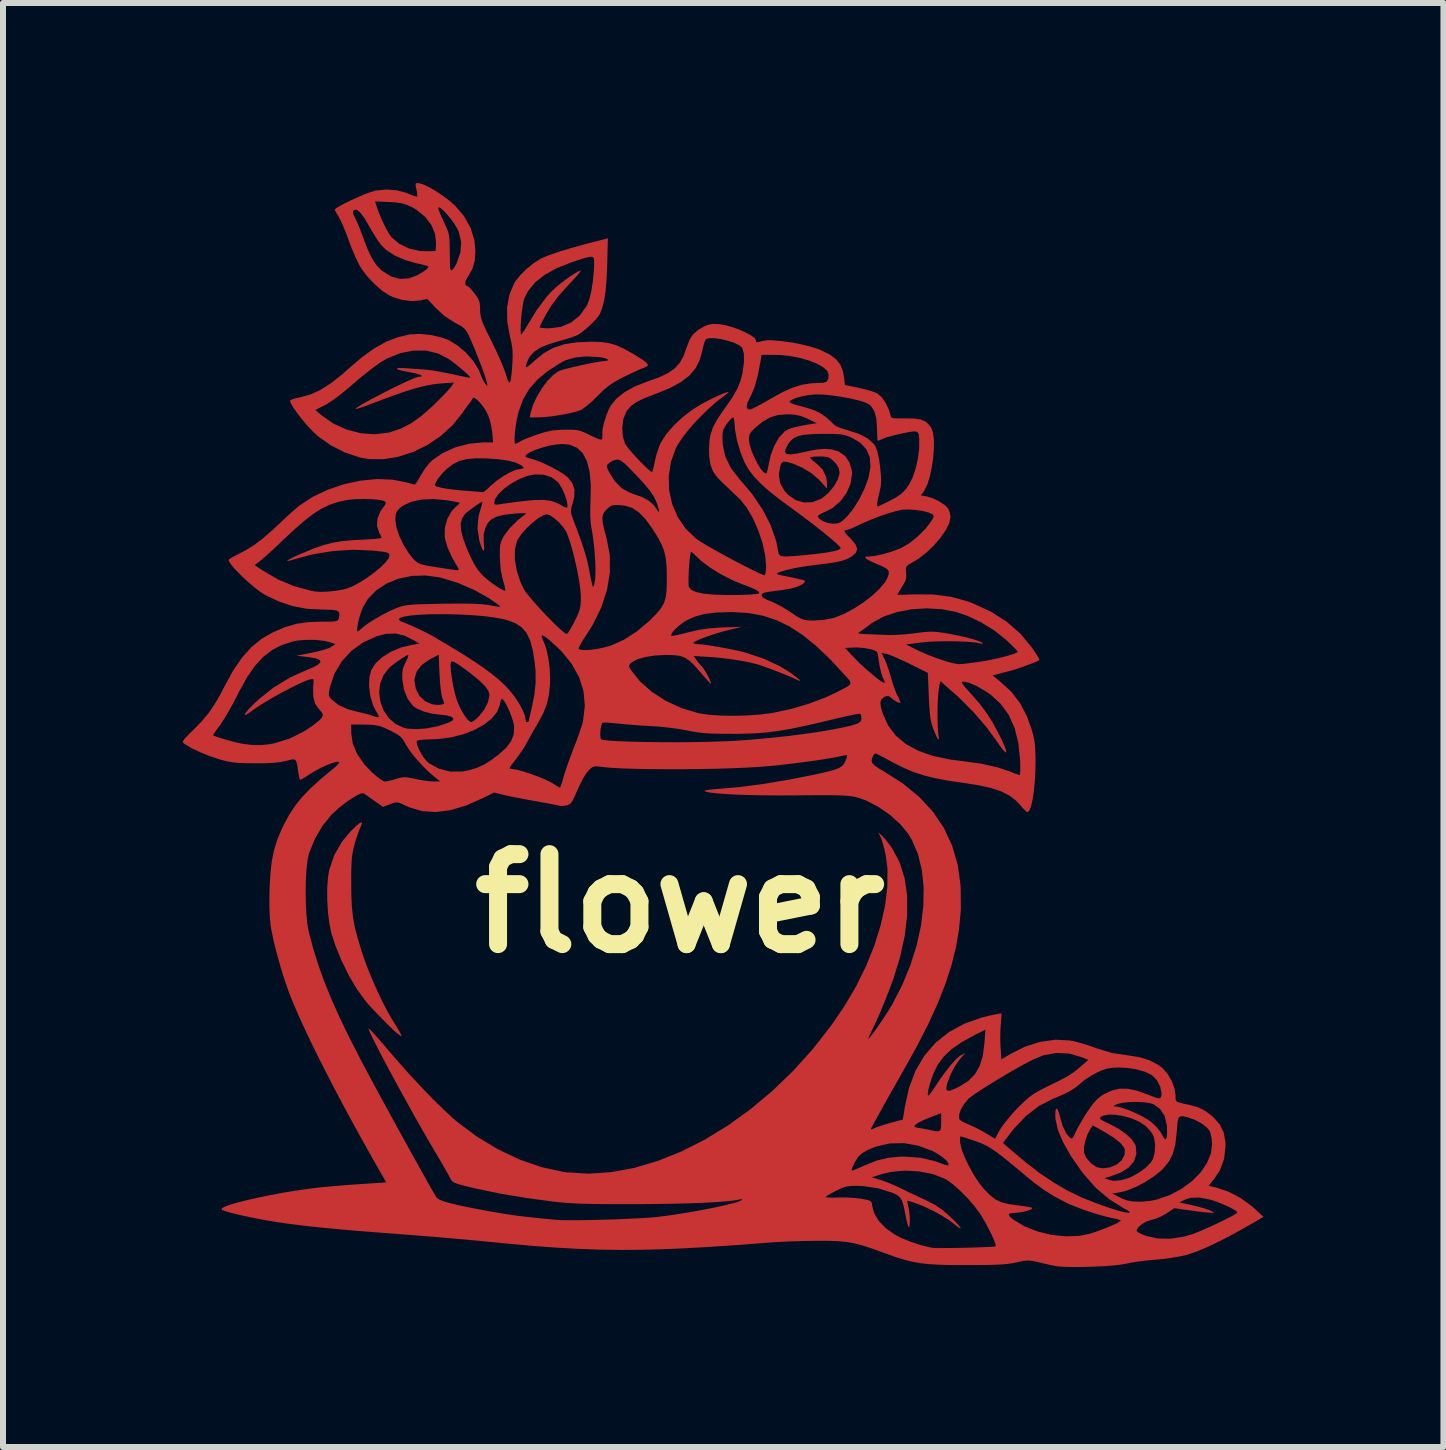
<source format=kicad_pcb>
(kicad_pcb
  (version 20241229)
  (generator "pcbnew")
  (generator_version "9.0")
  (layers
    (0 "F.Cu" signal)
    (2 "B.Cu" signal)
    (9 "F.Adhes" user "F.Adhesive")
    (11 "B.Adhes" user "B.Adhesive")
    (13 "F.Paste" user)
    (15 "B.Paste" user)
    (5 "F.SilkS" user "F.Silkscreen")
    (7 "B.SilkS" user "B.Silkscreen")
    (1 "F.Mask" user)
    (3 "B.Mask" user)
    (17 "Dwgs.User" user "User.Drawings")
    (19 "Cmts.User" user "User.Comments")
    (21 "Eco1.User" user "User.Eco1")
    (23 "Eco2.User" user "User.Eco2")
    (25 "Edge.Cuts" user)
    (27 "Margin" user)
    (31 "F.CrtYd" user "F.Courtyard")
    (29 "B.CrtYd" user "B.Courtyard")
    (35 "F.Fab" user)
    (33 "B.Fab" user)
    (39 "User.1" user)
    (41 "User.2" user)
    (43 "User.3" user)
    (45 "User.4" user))
  (footprint "flower"
    (layer "F.Cu")
    (at 8.288 12.01)
    (property "Reference" "flower" (at 0 0 0) (layer "F.SilkS") (effects (font (size 1.5 1.5) (thickness 0.3))))
    (attr board_only exclude_from_pos_files exclude_from_bom)
    (fp_poly (pts (xy -5.305 -1.33) (xy -5.326 -1.279) (xy -5.352 -1.217) (xy -5.385 -1.124) (xy -5.419 -1.017) (xy -5.424 -0.999) (xy -5.446 -0.915) (xy -5.462 -0.835) (xy -5.473 -0.748) (xy -5.479 -0.641) (xy -5.483 -0.505) (xy -5.483 -0.339) (xy -5.481 -0.122) (xy -5.472 0.062) (xy -5.454 0.227) (xy -5.425 0.388) (xy -5.381 0.56) (xy -5.321 0.759) (xy -5.287 0.866) (xy -5.223 1.046) (xy -5.142 1.246) (xy -5.052 1.451) (xy -4.958 1.648) (xy -4.867 1.823) (xy -4.789 1.955) (xy -4.713 2.077) (xy -4.664 2.162) (xy -4.644 2.207) (xy -4.646 2.214) (xy -4.671 2.2) (xy -4.719 2.165) (xy -4.723 2.162) (xy -4.773 2.118) (xy -4.848 2.045) (xy -4.938 1.955) (xy -5.033 1.857) (xy -5.124 1.762) (xy -5.2 1.679) (xy -5.243 1.628) (xy -5.386 1.432) (xy -5.524 1.199) (xy -5.648 0.946) (xy -5.752 0.69) (xy -5.813 0.5) (xy -5.847 0.337) (xy -5.871 0.145) (xy -5.883 -0.059) (xy -5.883 -0.259) (xy -5.87 -0.438) (xy -5.85 -0.557) (xy -5.766 -0.806) (xy -5.633 -1.035) (xy -5.495 -1.2) (xy -5.406 -1.287) (xy -5.344 -1.339) (xy -5.309 -1.353)) (stroke (width 0) (type solid)) (fill yes) (layer "F.Cu"))
    (fp_poly (pts (xy -4.301 -11.993) (xy -4.201 -11.949) (xy -4.084 -11.882) (xy -3.961 -11.8) (xy -3.841 -11.71) (xy -3.755 -11.635) (xy -3.604 -11.459) (xy -3.494 -11.263) (xy -3.429 -11.052) (xy -3.413 -10.879) (xy -3.424 -10.714) (xy -3.462 -10.579) (xy -3.531 -10.459) (xy -3.536 -10.452) (xy -3.575 -10.382) (xy -3.584 -10.325) (xy -3.562 -10.293) (xy -3.545 -10.29) (xy -3.516 -10.271) (xy -3.469 -10.221) (xy -3.427 -10.169) (xy -3.372 -10.09) (xy -3.344 -10.023) (xy -3.335 -9.942) (xy -3.335 -9.899) (xy -3.332 -9.838) (xy -3.324 -9.78) (xy -3.305 -9.716) (xy -3.272 -9.635) (xy -3.223 -9.53) (xy -3.153 -9.388) (xy -3.141 -9.365) (xy -3.071 -9.221) (xy -3.006 -9.079) (xy -2.952 -8.951) (xy -2.914 -8.85) (xy -2.902 -8.813) (xy -2.875 -8.726) (xy -2.853 -8.685) (xy -2.835 -8.69) (xy -2.821 -8.743) (xy -2.808 -8.846) (xy -2.798 -8.978) (xy -2.792 -9.118) (xy -2.795 -9.229) (xy -2.81 -9.334) (xy -2.837 -9.448) (xy -2.855 -9.549) (xy -2.66 -9.549) (xy -2.657 -9.496) (xy -2.65 -9.483) (xy -2.63 -9.504) (xy -2.594 -9.558) (xy -2.55 -9.632) (xy -2.39 -9.894) (xy -2.23 -10.107) (xy -2.146 -10.2) (xy -2.072 -10.269) (xy -1.981 -10.344) (xy -1.884 -10.418) (xy -1.791 -10.482) (xy -1.714 -10.529) (xy -1.664 -10.55) (xy -1.658 -10.551) (xy -1.664 -10.534) (xy -1.7 -10.486) (xy -1.763 -10.416) (xy -1.844 -10.329) (xy -1.863 -10.309) (xy -2.026 -10.128) (xy -2.153 -9.957) (xy -2.221 -9.845) (xy -2.274 -9.748) (xy -2.315 -9.668) (xy -2.34 -9.617) (xy -2.345 -9.604) (xy -2.321 -9.595) (xy -2.259 -9.589) (xy -2.182 -9.587) (xy -1.99 -9.611) (xy -1.821 -9.682) (xy -1.677 -9.796) (xy -1.563 -9.954) (xy -1.547 -9.983) (xy -1.512 -10.079) (xy -1.48 -10.213) (xy -1.455 -10.371) (xy -1.439 -10.539) (xy -1.433 -10.688) (xy -1.435 -10.736) (xy -1.446 -10.767) (xy -1.473 -10.78) (xy -1.524 -10.776) (xy -1.605 -10.755) (xy -1.724 -10.716) (xy -1.811 -10.687) (xy -2.06 -10.588) (xy -2.261 -10.477) (xy -2.418 -10.351) (xy -2.535 -10.208) (xy -2.596 -10.091) (xy -2.612 -10.035) (xy -2.627 -9.949) (xy -2.641 -9.845) (xy -2.651 -9.736) (xy -2.658 -9.633) (xy -2.66 -9.549) (xy -2.855 -9.549) (xy -2.882 -9.7) (xy -2.885 -9.937) (xy -2.845 -10.153) (xy -2.764 -10.343) (xy -2.749 -10.368) (xy -2.669 -10.469) (xy -2.56 -10.577) (xy -2.44 -10.674) (xy -2.326 -10.747) (xy -2.31 -10.755) (xy -2.187 -10.806) (xy -2.029 -10.861) (xy -1.832 -10.921) (xy -1.59 -10.988) (xy -1.526 -11.005) (xy -1.205 -11.088) (xy -1.216 -10.644) (xy -1.227 -10.398) (xy -1.244 -10.197) (xy -1.27 -10.036) (xy -1.305 -9.907) (xy -1.341 -9.822) (xy -1.386 -9.759) (xy -1.46 -9.679) (xy -1.547 -9.597) (xy -1.634 -9.525) (xy -1.707 -9.476) (xy -1.709 -9.475) (xy -1.769 -9.451) (xy -1.863 -9.419) (xy -1.972 -9.387) (xy -2.006 -9.378) (xy -2.193 -9.321) (xy -2.335 -9.262) (xy -2.437 -9.195) (xy -2.506 -9.117) (xy -2.527 -9.08) (xy -2.565 -8.993) (xy -2.575 -8.947) (xy -2.555 -8.942) (xy -2.504 -8.977) (xy -2.425 -9.049) (xy -2.273 -9.173) (xy -2.11 -9.263) (xy -1.925 -9.323) (xy -1.71 -9.355) (xy -1.485 -9.364) (xy -1.328 -9.359) (xy -1.197 -9.342) (xy -1.076 -9.309) (xy -0.951 -9.254) (xy -0.804 -9.173) (xy -0.755 -9.144) (xy -0.642 -9.073) (xy -0.572 -9.023) (xy -0.54 -8.987) (xy -0.543 -8.961) (xy -0.578 -8.94) (xy -0.599 -8.932) (xy -0.659 -8.908) (xy -0.75 -8.867) (xy -0.859 -8.816) (xy -0.935 -8.779) (xy -1.072 -8.707) (xy -1.18 -8.637) (xy -1.279 -8.556) (xy -1.368 -8.468) (xy -1.457 -8.381) (xy -1.546 -8.303) (xy -1.62 -8.247) (xy -1.648 -8.229) (xy -1.724 -8.201) (xy -1.838 -8.172) (xy -1.974 -8.146) (xy -2.12 -8.123) (xy -2.259 -8.108) (xy -2.379 -8.102) (xy -2.38 -8.102) (xy -2.507 -8.102) (xy -2.491 -8.187) (xy -2.451 -8.315) (xy -2.386 -8.453) (xy -2.303 -8.589) (xy -2.211 -8.712) (xy -2.116 -8.81) (xy -2.028 -8.872) (xy -2.011 -8.879) (xy -1.942 -8.901) (xy -1.838 -8.928) (xy -1.715 -8.957) (xy -1.585 -8.986) (xy -1.462 -9.011) (xy -1.359 -9.03) (xy -1.29 -9.039) (xy -1.278 -9.04) (xy -1.216 -9.046) (xy -1.199 -9.06) (xy -1.224 -9.079) (xy -1.286 -9.097) (xy -1.344 -9.106) (xy -1.559 -9.119) (xy -1.753 -9.1) (xy -1.915 -9.053) (xy -1.969 -9.026) (xy -2.196 -8.882) (xy -2.377 -8.734) (xy -2.516 -8.576) (xy -2.619 -8.4) (xy -2.692 -8.201) (xy -2.723 -8.067) (xy -2.743 -7.944) (xy -2.756 -7.831) (xy -2.761 -7.739) (xy -2.758 -7.678) (xy -2.747 -7.659) (xy -2.718 -7.672) (xy -2.674 -7.698) (xy -2.624 -7.724) (xy -2.538 -7.76) (xy -2.434 -7.799) (xy -2.388 -7.815) (xy -2.247 -7.859) (xy -2.125 -7.884) (xy -1.992 -7.896) (xy -1.925 -7.897) (xy -1.808 -7.897) (xy -1.724 -7.891) (xy -1.655 -7.875) (xy -1.582 -7.845) (xy -1.513 -7.811) (xy -1.426 -7.769) (xy -1.355 -7.74) (xy -1.315 -7.729) (xy -1.312 -7.73) (xy -1.297 -7.759) (xy -1.297 -7.813) (xy -1.294 -7.896) (xy -1.287 -7.931) (xy -0.965 -7.931) (xy -0.956 -7.787) (xy -0.92 -7.666) (xy -0.89 -7.62) (xy -0.834 -7.551) (xy -0.762 -7.47) (xy -0.683 -7.385) (xy -0.605 -7.305) (xy -0.537 -7.24) (xy -0.488 -7.199) (xy -0.469 -7.19) (xy -0.457 -7.214) (xy -0.441 -7.275) (xy -0.424 -7.362) (xy -0.395 -7.482) (xy -0.353 -7.608) (xy -0.322 -7.681) (xy -0.234 -7.819) (xy -0.109 -7.965) (xy 0.044 -8.108) (xy 0.214 -8.237) (xy 0.345 -8.318) (xy 0.443 -8.371) (xy 0.543 -8.421) (xy 0.637 -8.465) (xy 0.717 -8.499) (xy 0.775 -8.52) (xy 0.806 -8.526) (xy 0.802 -8.514) (xy 0.782 -8.499) (xy 0.619 -8.374) (xy 0.454 -8.228) (xy 0.295 -8.07) (xy 0.151 -7.91) (xy 0.032 -7.757) (xy -0.055 -7.621) (xy -0.071 -7.59) (xy -0.154 -7.359) (xy -0.191 -7.122) (xy -0.183 -6.884) (xy -0.132 -6.655) (xy -0.04 -6.44) (xy 0.092 -6.247) (xy 0.263 -6.084) (xy 0.285 -6.067) (xy 0.349 -6.025) (xy 0.444 -5.967) (xy 0.564 -5.899) (xy 0.699 -5.824) (xy 0.842 -5.747) (xy 0.985 -5.671) (xy 1.119 -5.602) (xy 1.236 -5.543) (xy 1.329 -5.499) (xy 1.389 -5.475) (xy 1.406 -5.471) (xy 1.421 -5.495) (xy 1.431 -5.558) (xy 1.433 -5.623) (xy 1.416 -5.81) (xy 1.371 -6.014) (xy 1.301 -6.222) (xy 1.213 -6.42) (xy 1.112 -6.594) (xy 1.003 -6.731) (xy 0.99 -6.744) (xy 0.902 -6.828) (xy 0.801 -6.924) (xy 0.725 -6.995) (xy 0.617 -7.104) (xy 0.546 -7.206) (xy 0.504 -7.317) (xy 0.485 -7.451) (xy 0.482 -7.568) (xy 0.487 -7.703) (xy 0.491 -7.725) (xy 0.706 -7.725) (xy 0.71 -7.65) (xy 0.751 -7.453) (xy 0.844 -7.261) (xy 0.987 -7.076) (xy 0.988 -7.075) (xy 1.202 -6.822) (xy 1.377 -6.562) (xy 1.51 -6.302) (xy 1.599 -6.048) (xy 1.629 -5.902) (xy 1.637 -5.854) (xy 1.647 -5.819) (xy 1.669 -5.797) (xy 1.708 -5.786) (xy 1.774 -5.784) (xy 1.872 -5.789) (xy 2.012 -5.801) (xy 2.097 -5.809) (xy 2.289 -5.829) (xy 2.448 -5.85) (xy 2.568 -5.873) (xy 2.645 -5.896) (xy 2.676 -5.919) (xy 2.676 -5.924) (xy 2.649 -5.959) (xy 2.585 -6.02) (xy 2.49 -6.102) (xy 2.37 -6.2) (xy 2.23 -6.31) (xy 2.077 -6.426) (xy 1.917 -6.545) (xy 1.863 -6.584) (xy 1.647 -6.743) (xy 1.471 -6.883) (xy 1.332 -7.009) (xy 1.222 -7.125) (xy 1.209 -7.144) (xy 1.644 -7.144) (xy 1.668 -7.003) (xy 1.743 -6.872) (xy 1.796 -6.814) (xy 1.923 -6.725) (xy 2.063 -6.684) (xy 2.208 -6.69) (xy 2.348 -6.744) (xy 2.381 -6.766) (xy 2.479 -6.851) (xy 2.564 -6.955) (xy 2.626 -7.063) (xy 2.656 -7.161) (xy 2.657 -7.183) (xy 2.644 -7.259) (xy 2.599 -7.329) (xy 2.569 -7.362) (xy 2.514 -7.412) (xy 2.464 -7.439) (xy 2.399 -7.449) (xy 2.321 -7.451) (xy 2.238 -7.448) (xy 2.181 -7.44) (xy 2.163 -7.431) (xy 2.183 -7.406) (xy 2.233 -7.364) (xy 2.27 -7.336) (xy 2.375 -7.233) (xy 2.435 -7.107) (xy 2.449 -7.002) (xy 2.448 -6.917) (xy 2.325 -7.053) (xy 2.198 -7.166) (xy 2.039 -7.263) (xy 1.87 -7.335) (xy 1.781 -7.359) (xy 1.723 -7.365) (xy 1.692 -7.343) (xy 1.67 -7.292) (xy 1.644 -7.144) (xy 1.209 -7.144) (xy 1.138 -7.237) (xy 1.076 -7.346) (xy 1.006 -7.519) (xy 0.95 -7.71) (xy 0.946 -7.729) (xy 1.147 -7.729) (xy 1.158 -7.648) (xy 1.189 -7.549) (xy 1.234 -7.441) (xy 1.286 -7.338) (xy 1.34 -7.249) (xy 1.39 -7.188) (xy 1.43 -7.164) (xy 1.431 -7.164) (xy 1.447 -7.187) (xy 1.462 -7.245) (xy 1.467 -7.275) (xy 1.507 -7.463) (xy 1.528 -7.52) (xy 1.749 -7.52) (xy 1.777 -7.491) (xy 1.846 -7.485) (xy 1.957 -7.501) (xy 2.068 -7.525) (xy 2.251 -7.563) (xy 2.397 -7.578) (xy 2.518 -7.57) (xy 2.624 -7.541) (xy 2.652 -7.529) (xy 2.752 -7.456) (xy 2.824 -7.348) (xy 2.862 -7.216) (xy 2.865 -7.162) (xy 2.841 -6.999) (xy 2.774 -6.842) (xy 2.67 -6.702) (xy 2.537 -6.59) (xy 2.436 -6.537) (xy 2.36 -6.502) (xy 2.308 -6.473) (xy 2.293 -6.458) (xy 2.316 -6.416) (xy 2.375 -6.375) (xy 2.455 -6.344) (xy 2.54 -6.331) (xy 2.548 -6.33) (xy 2.617 -6.334) (xy 2.67 -6.352) (xy 2.723 -6.392) (xy 2.786 -6.454) (xy 2.891 -6.585) (xy 2.992 -6.749) (xy 3.079 -6.928) (xy 3.14 -7.096) (xy 3.173 -7.279) (xy 3.161 -7.437) (xy 3.103 -7.571) (xy 2.999 -7.682) (xy 2.868 -7.76) (xy 2.803 -7.788) (xy 2.744 -7.807) (xy 2.678 -7.819) (xy 2.592 -7.825) (xy 2.474 -7.828) (xy 2.384 -7.828) (xy 2.203 -7.824) (xy 2.065 -7.812) (xy 1.963 -7.789) (xy 1.887 -7.753) (xy 1.83 -7.7) (xy 1.798 -7.654) (xy 1.757 -7.574) (xy 1.749 -7.52) (xy 1.528 -7.52) (xy 1.569 -7.63) (xy 1.648 -7.767) (xy 1.74 -7.866) (xy 1.805 -7.906) (xy 1.873 -7.929) (xy 1.971 -7.953) (xy 2.08 -7.974) (xy 2.084 -7.975) (xy 2.279 -8.006) (xy 2.123 -8.08) (xy 2.013 -8.125) (xy 1.91 -8.148) (xy 1.787 -8.154) (xy 1.786 -8.154) (xy 1.632 -8.142) (xy 1.498 -8.101) (xy 1.368 -8.025) (xy 1.266 -7.942) (xy 1.198 -7.878) (xy 1.162 -7.828) (xy 1.148 -7.774) (xy 1.147 -7.729) (xy 0.946 -7.729) (xy 0.915 -7.896) (xy 0.908 -7.986) (xy 0.901 -8.055) (xy 0.89 -8.097) (xy 0.884 -8.102) (xy 0.851 -8.082) (xy 0.805 -8.031) (xy 0.759 -7.967) (xy 0.723 -7.904) (xy 0.713 -7.876) (xy 0.706 -7.815) (xy 0.706 -7.725) (xy 0.491 -7.725) (xy 0.507 -7.82) (xy 0.545 -7.932) (xy 0.607 -8.051) (xy 0.698 -8.189) (xy 0.757 -8.271) (xy 0.758 -8.272) (xy 1.107 -8.272) (xy 1.132 -8.237) (xy 1.161 -8.232) (xy 1.198 -8.245) (xy 1.27 -8.28) (xy 1.368 -8.332) (xy 1.418 -8.361) (xy 1.824 -8.361) (xy 1.846 -8.341) (xy 1.904 -8.318) (xy 1.934 -8.31) (xy 2.073 -8.272) (xy 2.174 -8.242) (xy 2.248 -8.215) (xy 2.309 -8.186) (xy 2.358 -8.158) (xy 2.439 -8.1) (xy 2.512 -8.034) (xy 2.528 -8.017) (xy 2.582 -7.968) (xy 2.657 -7.93) (xy 2.767 -7.895) (xy 2.786 -7.891) (xy 2.978 -7.828) (xy 3.126 -7.751) (xy 3.229 -7.659) (xy 3.251 -7.627) (xy 3.286 -7.54) (xy 3.316 -7.403) (xy 3.333 -7.277) (xy 3.346 -7.144) (xy 3.35 -7.046) (xy 3.345 -6.965) (xy 3.33 -6.885) (xy 3.323 -6.856) (xy 3.296 -6.74) (xy 3.283 -6.659) (xy 3.286 -6.62) (xy 3.291 -6.617) (xy 3.317 -6.627) (xy 3.377 -6.655) (xy 3.459 -6.694) (xy 3.467 -6.698) (xy 3.598 -6.767) (xy 3.693 -6.835) (xy 3.768 -6.914) (xy 3.819 -6.987) (xy 3.876 -7.102) (xy 3.926 -7.251) (xy 3.963 -7.414) (xy 3.984 -7.573) (xy 3.986 -7.637) (xy 3.985 -7.751) (xy 3.977 -7.823) (xy 3.953 -7.86) (xy 3.903 -7.87) (xy 3.818 -7.858) (xy 3.717 -7.838) (xy 3.601 -7.812) (xy 3.493 -7.784) (xy 3.413 -7.759) (xy 3.392 -7.751) (xy 3.333 -7.725) (xy 3.297 -7.712) (xy 3.295 -7.711) (xy 3.289 -7.735) (xy 3.285 -7.798) (xy 3.283 -7.888) (xy 3.282 -7.907) (xy 3.271 -8.079) (xy 3.237 -8.206) (xy 3.178 -8.295) (xy 3.142 -8.324) (xy 3.071 -8.356) (xy 2.961 -8.389) (xy 2.824 -8.42) (xy 2.673 -8.448) (xy 2.52 -8.469) (xy 2.379 -8.483) (xy 2.261 -8.485) (xy 2.24 -8.484) (xy 2.127 -8.472) (xy 2.016 -8.45) (xy 1.921 -8.422) (xy 1.853 -8.392) (xy 1.824 -8.364) (xy 1.824 -8.361) (xy 1.418 -8.361) (xy 1.481 -8.397) (xy 1.51 -8.414) (xy 1.706 -8.523) (xy 1.877 -8.599) (xy 2.034 -8.647) (xy 2.191 -8.671) (xy 2.296 -8.675) (xy 2.391 -8.68) (xy 2.445 -8.701) (xy 2.47 -8.747) (xy 2.475 -8.82) (xy 2.45 -8.88) (xy 2.382 -8.941) (xy 2.277 -8.999) (xy 2.145 -9.051) (xy 1.994 -9.094) (xy 1.83 -9.125) (xy 1.664 -9.142) (xy 1.587 -9.144) (xy 1.357 -9.144) (xy 1.341 -9.046) (xy 1.296 -8.808) (xy 1.244 -8.618) (xy 1.184 -8.471) (xy 1.17 -8.446) (xy 1.12 -8.341) (xy 1.107 -8.272) (xy 0.758 -8.272) (xy 0.87 -8.435) (xy 0.951 -8.576) (xy 1.005 -8.707) (xy 1.039 -8.841) (xy 1.04 -8.844) (xy 1.064 -9.024) (xy 1.063 -9.162) (xy 1.036 -9.256) (xy 1.028 -9.268) (xy 0.978 -9.309) (xy 0.895 -9.348) (xy 0.791 -9.381) (xy 0.68 -9.407) (xy 0.574 -9.422) (xy 0.488 -9.423) (xy 0.433 -9.407) (xy 0.426 -9.4) (xy 0.406 -9.357) (xy 0.384 -9.281) (xy 0.369 -9.211) (xy 0.324 -9.053) (xy 0.254 -8.917) (xy 0.153 -8.798) (xy 0.016 -8.693) (xy -0.163 -8.595) (xy -0.387 -8.502) (xy -0.442 -8.482) (xy -0.605 -8.418) (xy -0.727 -8.358) (xy -0.814 -8.297) (xy -0.878 -8.227) (xy -0.901 -8.191) (xy -0.947 -8.073) (xy -0.965 -7.931) (xy -1.287 -7.931) (xy -1.271 -8.008) (xy -1.233 -8.13) (xy -1.185 -8.246) (xy -1.156 -8.3) (xy -1.065 -8.413) (xy -0.929 -8.521) (xy -0.757 -8.617) (xy -0.557 -8.696) (xy -0.548 -8.7) (xy -0.355 -8.768) (xy -0.206 -8.839) (xy -0.093 -8.917) (xy -0.008 -9.01) (xy 0.056 -9.125) (xy 0.106 -9.26) (xy 0.155 -9.392) (xy 0.216 -9.487) (xy 0.301 -9.561) (xy 0.392 -9.614) (xy 0.473 -9.648) (xy 0.55 -9.661) (xy 0.649 -9.656) (xy 0.656 -9.656) (xy 0.761 -9.637) (xy 0.876 -9.605) (xy 0.991 -9.563) (xy 1.097 -9.515) (xy 1.185 -9.467) (xy 1.244 -9.423) (xy 1.265 -9.386) (xy 1.262 -9.376) (xy 1.264 -9.355) (xy 1.308 -9.358) (xy 1.359 -9.374) (xy 1.437 -9.387) (xy 1.552 -9.386) (xy 1.694 -9.374) (xy 1.851 -9.352) (xy 2.01 -9.322) (xy 2.161 -9.285) (xy 2.291 -9.245) (xy 2.332 -9.229) (xy 2.487 -9.154) (xy 2.597 -9.074) (xy 2.671 -8.981) (xy 2.715 -8.865) (xy 2.732 -8.77) (xy 2.748 -8.641) (xy 2.977 -8.595) (xy 3.091 -8.568) (xy 3.196 -8.538) (xy 3.274 -8.509) (xy 3.289 -8.5) (xy 3.359 -8.439) (xy 3.426 -8.343) (xy 3.479 -8.232) (xy 3.503 -8.151) (xy 3.511 -8.119) (xy 3.526 -8.099) (xy 3.56 -8.088) (xy 3.622 -8.085) (xy 3.723 -8.085) (xy 3.759 -8.086) (xy 3.904 -8.083) (xy 4.009 -8.067) (xy 4.087 -8.035) (xy 4.148 -7.981) (xy 4.187 -7.927) (xy 4.216 -7.848) (xy 4.23 -7.731) (xy 4.23 -7.589) (xy 4.218 -7.431) (xy 4.195 -7.271) (xy 4.163 -7.119) (xy 4.122 -6.987) (xy 4.074 -6.888) (xy 4.064 -6.872) (xy 4.012 -6.802) (xy 4.11 -6.785) (xy 4.212 -6.754) (xy 4.319 -6.702) (xy 4.412 -6.64) (xy 4.467 -6.585) (xy 4.495 -6.518) (xy 4.507 -6.439) (xy 4.486 -6.34) (xy 4.428 -6.223) (xy 4.34 -6.096) (xy 4.231 -5.969) (xy 4.106 -5.849) (xy 3.974 -5.746) (xy 3.883 -5.691) (xy 3.81 -5.649) (xy 3.773 -5.617) (xy 3.762 -5.578) (xy 3.766 -5.519) (xy 3.767 -5.513) (xy 3.77 -5.439) (xy 3.753 -5.374) (xy 3.709 -5.294) (xy 3.701 -5.281) (xy 3.658 -5.212) (xy 3.629 -5.163) (xy 3.621 -5.147) (xy 3.645 -5.145) (xy 3.711 -5.145) (xy 3.808 -5.148) (xy 3.904 -5.152) (xy 4.222 -5.15) (xy 4.513 -5.112) (xy 4.79 -5.036) (xy 4.859 -5.011) (xy 5.172 -4.869) (xy 5.443 -4.697) (xy 5.674 -4.495) (xy 5.867 -4.26) (xy 5.877 -4.246) (xy 5.932 -4.163) (xy 5.972 -4.097) (xy 5.99 -4.06) (xy 5.99 -4.055) (xy 5.955 -4.038) (xy 5.885 -4.009) (xy 5.794 -3.974) (xy 5.695 -3.938) (xy 5.605 -3.907) (xy 5.535 -3.886) (xy 5.529 -3.884) (xy 5.429 -3.858) (xy 5.327 -3.832) (xy 5.314 -3.828) (xy 5.209 -3.801) (xy 5.333 -3.701) (xy 5.518 -3.531) (xy 5.664 -3.342) (xy 5.779 -3.124) (xy 5.854 -2.918) (xy 5.886 -2.804) (xy 5.907 -2.701) (xy 5.918 -2.591) (xy 5.924 -2.454) (xy 5.925 -2.384) (xy 5.922 -2.201) (xy 5.911 -2.024) (xy 5.895 -1.863) (xy 5.874 -1.724) (xy 5.848 -1.616) (xy 5.82 -1.545) (xy 5.795 -1.521) (xy 5.766 -1.535) (xy 5.72 -1.58) (xy 5.692 -1.613) (xy 5.597 -1.716) (xy 5.485 -1.8) (xy 5.349 -1.869) (xy 5.181 -1.924) (xy 4.975 -1.97) (xy 4.737 -2.007) (xy 4.477 -2.045) (xy 4.258 -2.086) (xy 4.069 -2.132) (xy 3.897 -2.188) (xy 3.732 -2.257) (xy 3.562 -2.342) (xy 3.482 -2.386) (xy 3.388 -2.437) (xy 3.311 -2.476) (xy 3.263 -2.498) (xy 3.253 -2.501) (xy 3.227 -2.479) (xy 3.203 -2.433) (xy 3.191 -2.383) (xy 3.201 -2.341) (xy 3.241 -2.299) (xy 3.317 -2.248) (xy 3.383 -2.21) (xy 3.708 -2.003) (xy 3.985 -1.776) (xy 4.215 -1.527) (xy 4.398 -1.256) (xy 4.535 -0.961) (xy 4.628 -0.641) (xy 4.675 -0.295) (xy 4.679 0.079) (xy 4.677 0.13) (xy 4.649 0.429) (xy 4.599 0.725) (xy 4.525 1.024) (xy 4.425 1.333) (xy 4.298 1.657) (xy 4.14 2.003) (xy 3.95 2.375) (xy 3.765 2.709) (xy 3.619 2.967) (xy 3.497 3.183) (xy 3.398 3.359) (xy 3.32 3.5) (xy 3.26 3.607) (xy 3.218 3.684) (xy 3.192 3.734) (xy 3.18 3.76) (xy 3.178 3.764) (xy 3.197 3.765) (xy 3.237 3.747) (xy 3.289 3.725) (xy 3.291 3.725) (xy 3.905 3.725) (xy 3.948 3.74) (xy 3.968 3.742) (xy 4.029 3.75) (xy 4.112 3.766) (xy 4.142 3.772) (xy 4.245 3.794) (xy 4.307 3.799) (xy 4.338 3.781) (xy 4.349 3.735) (xy 4.351 3.655) (xy 4.351 3.65) (xy 4.351 3.523) (xy 4.65 3.523) (xy 4.652 3.589) (xy 4.662 3.607) (xy 4.702 3.635) (xy 4.771 3.67) (xy 4.813 3.687) (xy 4.903 3.726) (xy 5.01 3.781) (xy 5.093 3.829) (xy 5.249 3.923) (xy 5.327 3.779) (xy 5.378 3.701) (xy 5.456 3.601) (xy 5.548 3.493) (xy 5.627 3.409) (xy 5.729 3.309) (xy 5.813 3.234) (xy 5.897 3.173) (xy 5.995 3.116) (xy 6.123 3.051) (xy 6.148 3.039) (xy 6.292 2.968) (xy 6.401 2.912) (xy 6.485 2.864) (xy 6.556 2.816) (xy 6.625 2.763) (xy 6.694 2.704) (xy 6.805 2.608) (xy 6.71 2.569) (xy 6.493 2.504) (xy 6.274 2.492) (xy 6.057 2.531) (xy 5.888 2.6) (xy 5.752 2.671) (xy 5.601 2.754) (xy 5.442 2.846) (xy 5.283 2.941) (xy 5.134 3.033) (xy 5.001 3.117) (xy 4.894 3.189) (xy 4.822 3.244) (xy 4.803 3.26) (xy 4.731 3.346) (xy 4.678 3.438) (xy 4.65 3.523) (xy 4.351 3.523) (xy 4.351 3.496) (xy 4.217 3.547) (xy 4.068 3.607) (xy 3.966 3.657) (xy 3.911 3.697) (xy 3.905 3.725) (xy 3.291 3.725) (xy 3.376 3.696) (xy 3.479 3.666) (xy 3.504 3.659) (xy 3.712 3.603) (xy 3.744 3.397) (xy 3.794 3.171) (xy 4.127 3.171) (xy 4.133 3.203) (xy 4.136 3.204) (xy 4.16 3.184) (xy 4.199 3.132) (xy 4.229 3.087) (xy 4.327 2.939) (xy 4.426 2.802) (xy 4.518 2.686) (xy 4.598 2.597) (xy 4.66 2.543) (xy 4.671 2.536) (xy 4.753 2.493) (xy 4.666 2.593) (xy 4.582 2.71) (xy 4.507 2.854) (xy 4.453 3) (xy 4.443 3.041) (xy 4.437 3.097) (xy 4.455 3.123) (xy 4.502 3.12) (xy 4.584 3.087) (xy 4.645 3.058) (xy 4.796 2.965) (xy 4.91 2.852) (xy 4.992 2.713) (xy 5.045 2.539) (xy 5.073 2.325) (xy 5.073 2.324) (xy 5.088 2.105) (xy 4.921 2.188) (xy 4.701 2.308) (xy 4.527 2.428) (xy 4.392 2.555) (xy 4.29 2.695) (xy 4.214 2.854) (xy 4.208 2.873) (xy 4.166 2.998) (xy 4.139 3.1) (xy 4.127 3.171) (xy 3.794 3.171) (xy 3.815 3.076) (xy 3.923 2.79) (xy 4.07 2.54) (xy 4.254 2.326) (xy 4.476 2.148) (xy 4.735 2.006) (xy 5.031 1.901) (xy 5.184 1.864) (xy 5.27 1.847) (xy 5.333 1.836) (xy 5.358 1.833) (xy 5.357 1.859) (xy 5.352 1.922) (xy 5.345 2.006) (xy 5.338 2.12) (xy 5.336 2.256) (xy 5.34 2.386) (xy 5.341 2.388) (xy 5.354 2.601) (xy 5.51 2.508) (xy 5.755 2.385) (xy 6.006 2.307) (xy 6.254 2.272) (xy 6.493 2.284) (xy 6.584 2.302) (xy 6.698 2.333) (xy 6.832 2.376) (xy 6.96 2.421) (xy 6.969 2.424) (xy 7.201 2.493) (xy 7.438 2.529) (xy 7.653 2.562) (xy 7.828 2.616) (xy 7.974 2.694) (xy 8.041 2.745) (xy 8.125 2.84) (xy 8.196 2.962) (xy 8.243 3.092) (xy 8.258 3.196) (xy 8.258 3.248) (xy 8.264 3.283) (xy 8.285 3.306) (xy 8.331 3.323) (xy 8.411 3.342) (xy 8.502 3.361) (xy 8.642 3.401) (xy 8.76 3.462) (xy 8.88 3.556) (xy 8.889 3.564) (xy 8.995 3.683) (xy 9.06 3.815) (xy 9.089 3.973) (xy 9.091 4.044) (xy 9.068 4.257) (xy 8.998 4.448) (xy 8.9 4.595) (xy 8.809 4.707) (xy 8.942 4.738) (xy 9.141 4.805) (xy 9.341 4.91) (xy 9.526 5.043) (xy 9.565 5.078) (xy 9.725 5.225) (xy 9.48 5.367) (xy 9.237 5.503) (xy 9.006 5.624) (xy 8.793 5.726) (xy 8.606 5.804) (xy 8.453 5.856) (xy 8.441 5.86) (xy 8.326 5.885) (xy 8.18 5.91) (xy 8.023 5.93) (xy 7.912 5.94) (xy 7.77 5.953) (xy 7.63 5.97) (xy 7.51 5.99) (xy 7.438 6.005) (xy 7.349 6.021) (xy 7.222 6.035) (xy 7.066 6.047) (xy 6.895 6.055) (xy 6.721 6.06) (xy 6.555 6.061) (xy 6.411 6.058) (xy 6.298 6.051) (xy 6.252 6.044) (xy 6.162 6.025) (xy 6.05 5.999) (xy 5.964 5.979) (xy 5.867 5.958) (xy 5.794 5.952) (xy 5.72 5.959) (xy 5.621 5.981) (xy 5.612 5.983) (xy 5.541 5.998) (xy 5.459 6.009) (xy 5.358 6.018) (xy 5.231 6.024) (xy 5.07 6.027) (xy 4.867 6.029) (xy 4.793 6.029) (xy 4.544 6.028) (xy 4.336 6.024) (xy 4.16 6.014) (xy 4.006 5.997) (xy 3.864 5.971) (xy 3.724 5.936) (xy 3.576 5.89) (xy 3.41 5.83) (xy 3.386 5.821) (xy 3.196 5.752) (xy 3.039 5.701) (xy 2.9 5.665) (xy 2.765 5.642) (xy 2.619 5.629) (xy 2.448 5.624) (xy 2.266 5.624) (xy 2.086 5.627) (xy 1.893 5.632) (xy 1.706 5.64) (xy 1.545 5.649) (xy 1.485 5.653) (xy 0.985 5.692) (xy 0.529 5.723) (xy 0.11 5.747) (xy -0.278 5.764) (xy -0.645 5.774) (xy -0.996 5.776) (xy -1.339 5.771) (xy -1.681 5.759) (xy -2.029 5.74) (xy -2.392 5.714) (xy -2.775 5.68) (xy -3.061 5.653) (xy -3.287 5.631) (xy -3.55 5.606) (xy -3.835 5.581) (xy -4.128 5.556) (xy -4.413 5.533) (xy -4.676 5.513) (xy -4.715 5.51) (xy -5.077 5.482) (xy -5.393 5.457) (xy -5.67 5.433) (xy -5.916 5.41) (xy -6.136 5.388) (xy -6.337 5.364) (xy -6.525 5.34) (xy -6.708 5.314) (xy -6.721 5.312) (xy -6.88 5.286) (xy -7.044 5.256) (xy -7.204 5.223) (xy -7.352 5.191) (xy -7.479 5.16) (xy -7.576 5.132) (xy -7.634 5.111) (xy -7.644 5.104) (xy -7.638 5.082) (xy -7.587 5.054) (xy -7.496 5.021) (xy -7.37 4.984) (xy -7.216 4.945) (xy -7.039 4.905) (xy -6.845 4.865) (xy -6.64 4.826) (xy -6.429 4.791) (xy -6.218 4.76) (xy -6.07 4.741) (xy -5.958 4.729) (xy -5.809 4.715) (xy -5.638 4.701) (xy -5.462 4.688) (xy -5.361 4.681) (xy -4.899 4.65) (xy -5.119 4.266) (xy -5.332 3.886) (xy -5.539 3.509) (xy -5.734 3.142) (xy -5.917 2.788) (xy -6.085 2.454) (xy -6.234 2.145) (xy -6.362 1.865) (xy -6.467 1.621) (xy -6.524 1.475) (xy -6.593 1.278) (xy -6.661 1.06) (xy -6.723 0.838) (xy -6.776 0.627) (xy -6.814 0.441) (xy -6.827 0.364) (xy -6.841 0.219) (xy -6.848 0.034) (xy -6.846 -0.181) (xy -6.845 -0.205) (xy -6.243 -0.205) (xy -6.24 -0.012) (xy -6.231 0.171) (xy -6.216 0.333) (xy -6.194 0.462) (xy -6.192 0.469) (xy -6.12 0.742) (xy -6.035 1.015) (xy -5.935 1.296) (xy -5.816 1.589) (xy -5.676 1.902) (xy -5.512 2.241) (xy -5.321 2.613) (xy -5.208 2.827) (xy -5.122 2.987) (xy -5.024 3.168) (xy -4.918 3.363) (xy -4.807 3.566) (xy -4.693 3.773) (xy -4.58 3.979) (xy -4.471 4.176) (xy -4.368 4.361) (xy -4.275 4.528) (xy -4.195 4.671) (xy -4.13 4.785) (xy -4.084 4.865) (xy -4.06 4.904) (xy -4.059 4.905) (xy -4.024 4.932) (xy -3.954 4.962) (xy -3.846 4.994) (xy -3.698 5.03) (xy -3.505 5.07) (xy -3.265 5.116) (xy -3.191 5.13) (xy -3.03 5.158) (xy -2.881 5.182) (xy -2.73 5.204) (xy -2.567 5.224) (xy -2.38 5.244) (xy -2.156 5.266) (xy -2.071 5.274) (xy -1.977 5.279) (xy -1.841 5.281) (xy -1.672 5.28) (xy -1.48 5.277) (xy -1.274 5.272) (xy -1.066 5.266) (xy -0.863 5.257) (xy -0.675 5.248) (xy -0.514 5.238) (xy -0.387 5.227) (xy -0.365 5.224) (xy -0.183 5.201) (xy 0.01 5.172) (xy 0.206 5.139) (xy 0.397 5.104) (xy 0.576 5.069) (xy 0.735 5.034) (xy 0.868 5.001) (xy 0.966 4.973) (xy 1.022 4.949) (xy 1.029 4.944) (xy 1.034 4.928) (xy 1.003 4.933) (xy 0.915 4.95) (xy 0.778 4.965) (xy 0.597 4.979) (xy 0.377 4.991) (xy 0.12 5) (xy -0.169 5.007) (xy -0.486 5.011) (xy -0.742 5.013) (xy -1.024 5.013) (xy -1.26 5.012) (xy -1.458 5.01) (xy -1.625 5.006) (xy -1.768 5) (xy -1.894 4.992) (xy -2.01 4.982) (xy -2.122 4.97) (xy -2.136 4.968) (xy -2.589 4.906) (xy -2.654 4.895) (xy 2.423 4.895) (xy 2.447 4.902) (xy 2.51 4.904) (xy 2.601 4.903) (xy 2.629 4.902) (xy 2.76 4.901) (xy 2.901 4.909) (xy 3.015 4.922) (xy 3.108 4.94) (xy 3.163 4.956) (xy 3.188 4.977) (xy 3.198 5.012) (xy 3.199 5.032) (xy 3.234 5.164) (xy 3.314 5.295) (xy 3.432 5.417) (xy 3.582 5.523) (xy 3.684 5.576) (xy 3.844 5.641) (xy 4.013 5.696) (xy 4.167 5.734) (xy 4.207 5.741) (xy 4.255 5.744) (xy 4.341 5.745) (xy 4.457 5.744) (xy 4.591 5.743) (xy 4.734 5.74) (xy 4.878 5.736) (xy 5.011 5.732) (xy 5.125 5.727) (xy 5.209 5.723) (xy 5.255 5.718) (xy 5.26 5.716) (xy 5.258 5.685) (xy 5.235 5.62) (xy 5.196 5.531) (xy 5.145 5.428) (xy 5.089 5.322) (xy 5.031 5.223) (xy 4.999 5.172) (xy 4.904 5.044) (xy 4.79 4.913) (xy 4.668 4.79) (xy 4.549 4.684) (xy 4.443 4.607) (xy 4.41 4.589) (xy 4.212 4.512) (xy 3.987 4.467) (xy 3.751 4.454) (xy 3.521 4.474) (xy 3.37 4.51) (xy 3.192 4.565) (xy 3.348 4.612) (xy 3.453 4.65) (xy 3.576 4.701) (xy 3.686 4.752) (xy 3.799 4.808) (xy 3.935 4.873) (xy 4.066 4.934) (xy 4.092 4.946) (xy 4.244 5.023) (xy 4.375 5.112) (xy 4.503 5.223) (xy 4.581 5.299) (xy 4.64 5.362) (xy 4.673 5.403) (xy 4.677 5.414) (xy 4.65 5.408) (xy 4.606 5.375) (xy 4.604 5.374) (xy 4.504 5.295) (xy 4.37 5.208) (xy 4.219 5.125) (xy 4.067 5.052) (xy 4.006 5.027) (xy 3.911 4.992) (xy 3.836 4.967) (xy 3.794 4.956) (xy 3.788 4.957) (xy 3.788 4.985) (xy 3.801 5.044) (xy 3.804 5.056) (xy 3.817 5.119) (xy 3.825 5.197) (xy 3.829 5.276) (xy 3.827 5.344) (xy 3.821 5.389) (xy 3.81 5.398) (xy 3.806 5.393) (xy 3.791 5.348) (xy 3.771 5.269) (xy 3.754 5.184) (xy 3.728 5.054) (xy 3.702 4.965) (xy 3.668 4.905) (xy 3.621 4.864) (xy 3.554 4.83) (xy 3.534 4.822) (xy 3.301 4.749) (xy 3.059 4.713) (xy 2.953 4.708) (xy 2.846 4.709) (xy 2.763 4.722) (xy 2.68 4.751) (xy 2.595 4.792) (xy 2.512 4.836) (xy 2.451 4.872) (xy 2.423 4.894) (xy 2.423 4.895) (xy -2.654 4.895) (xy -3 4.837) (xy -3.378 4.759) (xy -3.467 4.739) (xy -3.602 4.706) (xy -3.695 4.681) (xy -3.756 4.659) (xy -3.794 4.637) (xy -3.817 4.61) (xy -3.835 4.577) (xy -3.862 4.525) (xy -3.911 4.439) (xy -3.974 4.329) (xy -4.046 4.207) (xy -4.069 4.168) (xy -4.168 4) (xy -4.275 3.815) (xy -4.387 3.619) (xy -4.501 3.415) (xy -4.615 3.209) (xy -4.726 3.007) (xy -4.831 2.812) (xy -4.928 2.63) (xy -5.014 2.466) (xy -5.086 2.325) (xy -5.142 2.212) (xy -5.179 2.132) (xy -5.194 2.09) (xy -5.192 2.084) (xy -5.169 2.103) (xy -5.118 2.156) (xy -5.046 2.237) (xy -4.957 2.338) (xy -4.858 2.455) (xy -4.677 2.665) (xy -4.487 2.876) (xy -4.296 3.081) (xy -4.111 3.272) (xy -3.939 3.44) (xy -3.789 3.579) (xy -3.725 3.634) (xy -3.391 3.885) (xy -3.038 4.098) (xy -2.675 4.27) (xy -2.307 4.397) (xy -1.942 4.476) (xy -1.889 4.483) (xy -1.523 4.505) (xy -1.146 4.479) (xy -0.933 4.44) (xy 2.857 4.44) (xy 2.86 4.455) (xy 2.894 4.445) (xy 2.962 4.417) (xy 3.05 4.379) (xy 3.077 4.367) (xy 3.279 4.286) (xy 3.471 4.24) (xy 3.677 4.221) (xy 3.738 4.22) (xy 4.011 4.24) (xy 4.254 4.298) (xy 4.334 4.328) (xy 4.407 4.355) (xy 4.458 4.369) (xy 4.472 4.368) (xy 4.474 4.334) (xy 4.437 4.284) (xy 4.369 4.226) (xy 4.28 4.167) (xy 4.211 4.129) (xy 3.973 4.039) (xy 3.732 3.996) (xy 3.492 4.001) (xy 3.263 4.053) (xy 3.126 4.11) (xy 3.032 4.165) (xy 2.967 4.227) (xy 2.911 4.316) (xy 2.91 4.319) (xy 2.875 4.39) (xy 2.857 4.44) (xy -0.933 4.44) (xy -0.761 4.408) (xy -0.371 4.292) (xy 0.021 4.135) (xy 0.41 3.938) (xy 0.464 3.905) (xy 4.665 3.905) (xy 4.666 3.964) (xy 4.67 4.004) (xy 4.695 4.105) (xy 4.745 4.234) (xy 4.813 4.377) (xy 4.893 4.521) (xy 4.977 4.651) (xy 5.059 4.755) (xy 5.06 4.756) (xy 5.164 4.862) (xy 5.256 4.934) (xy 5.354 4.981) (xy 5.475 5.011) (xy 5.588 5.028) (xy 5.697 5.042) (xy 5.789 5.056) (xy 5.849 5.067) (xy 5.862 5.071) (xy 5.87 5.085) (xy 5.839 5.105) (xy 5.78 5.125) (xy 5.706 5.144) (xy 5.628 5.155) (xy 5.581 5.158) (xy 5.504 5.164) (xy 5.476 5.184) (xy 5.496 5.221) (xy 5.555 5.271) (xy 5.741 5.383) (xy 5.957 5.468) (xy 6.191 5.525) (xy 6.428 5.55) (xy 6.656 5.542) (xy 6.827 5.507) (xy 6.925 5.475) (xy 6.973 5.458) (xy 7.607 5.458) (xy 7.63 5.48) (xy 7.689 5.511) (xy 7.77 5.543) (xy 7.96 5.585) (xy 8.172 5.589) (xy 8.393 5.556) (xy 8.538 5.514) (xy 8.626 5.48) (xy 8.736 5.433) (xy 8.858 5.379) (xy 8.981 5.321) (xy 9.096 5.265) (xy 9.192 5.215) (xy 9.26 5.176) (xy 9.29 5.154) (xy 9.276 5.132) (xy 9.223 5.098) (xy 9.143 5.057) (xy 9.047 5.014) (xy 8.945 4.973) (xy 8.848 4.941) (xy 8.825 4.935) (xy 8.649 4.902) (xy 8.505 4.908) (xy 8.407 4.941) (xy 8.323 4.984) (xy 8.532 5.03) (xy 8.644 5.057) (xy 8.748 5.086) (xy 8.824 5.113) (xy 8.831 5.116) (xy 8.887 5.142) (xy 8.898 5.153) (xy 8.867 5.157) (xy 8.855 5.157) (xy 8.802 5.154) (xy 8.712 5.145) (xy 8.598 5.131) (xy 8.512 5.119) (xy 8.236 5.081) (xy 8.107 5.168) (xy 8.014 5.22) (xy 7.916 5.26) (xy 7.864 5.273) (xy 7.781 5.299) (xy 7.7 5.344) (xy 7.638 5.398) (xy 7.608 5.449) (xy 7.607 5.458) (xy 6.973 5.458) (xy 7.033 5.436) (xy 7.14 5.393) (xy 7.235 5.352) (xy 7.306 5.317) (xy 7.344 5.293) (xy 7.346 5.288) (xy 7.323 5.273) (xy 7.265 5.257) (xy 7.236 5.252) (xy 7.113 5.225) (xy 6.96 5.183) (xy 6.793 5.13) (xy 6.63 5.071) (xy 6.487 5.013) (xy 6.422 4.982) (xy 6.231 4.88) (xy 6.063 4.775) (xy 5.897 4.652) (xy 5.78 4.557) (xy 5.606 4.411) (xy 5.465 4.294) (xy 5.35 4.203) (xy 5.256 4.133) (xy 5.175 4.079) (xy 5.102 4.037) (xy 5.029 4.003) (xy 5.003 3.993) (xy 5.381 3.993) (xy 5.484 4.083) (xy 5.752 4.309) (xy 5.997 4.498) (xy 6.23 4.655) (xy 6.459 4.788) (xy 6.693 4.901) (xy 6.941 5) (xy 6.969 5.01) (xy 7.133 5.067) (xy 7.258 5.108) (xy 7.35 5.135) (xy 7.42 5.15) (xy 7.474 5.156) (xy 7.474 5.156) (xy 7.5 5.152) (xy 7.485 5.134) (xy 7.426 5.099) (xy 7.41 5.091) (xy 7.156 4.933) (xy 7.04 4.835) (xy 7.203 4.835) (xy 7.294 4.883) (xy 7.372 4.921) (xy 7.443 4.949) (xy 7.45 4.951) (xy 7.555 4.969) (xy 7.687 4.972) (xy 7.828 4.96) (xy 7.944 4.937) (xy 8.161 4.862) (xy 8.359 4.757) (xy 8.532 4.63) (xy 8.675 4.485) (xy 8.782 4.328) (xy 8.848 4.165) (xy 8.868 4.012) (xy 8.859 3.914) (xy 8.839 3.825) (xy 8.825 3.789) (xy 8.771 3.726) (xy 8.682 3.662) (xy 8.573 3.605) (xy 8.46 3.564) (xy 8.407 3.552) (xy 8.359 3.546) (xy 8.327 3.553) (xy 8.306 3.582) (xy 8.292 3.64) (xy 8.283 3.736) (xy 8.276 3.83) (xy 8.254 4.021) (xy 8.213 4.174) (xy 8.148 4.302) (xy 8.055 4.417) (xy 8.028 4.445) (xy 7.904 4.546) (xy 7.756 4.643) (xy 7.598 4.726) (xy 7.446 4.787) (xy 7.333 4.816) (xy 7.203 4.835) (xy 7.04 4.835) (xy 6.931 4.743) (xy 6.727 4.513) (xy 6.686 4.459) (xy 6.512 4.208) (xy 6.433 4.068) (xy 6.732 4.068) (xy 6.732 4.152) (xy 6.771 4.243) (xy 6.845 4.328) (xy 6.938 4.393) (xy 6.956 4.4) (xy 7.053 4.416) (xy 7.167 4.399) (xy 7.279 4.352) (xy 7.285 4.348) (xy 7.363 4.278) (xy 7.408 4.193) (xy 7.413 4.107) (xy 7.404 4.078) (xy 7.345 3.999) (xy 7.235 3.909) (xy 7.074 3.809) (xy 7.041 3.79) (xy 6.879 3.701) (xy 6.84 3.757) (xy 6.791 3.848) (xy 6.753 3.959) (xy 6.732 4.068) (xy 6.433 4.068) (xy 6.383 3.981) (xy 6.298 3.778) (xy 6.257 3.598) (xy 6.253 3.523) (xy 6.258 3.445) (xy 6.273 3.417) (xy 6.295 3.437) (xy 6.319 3.504) (xy 6.329 3.547) (xy 6.375 3.707) (xy 6.435 3.831) (xy 6.488 3.896) (xy 6.518 3.919) (xy 6.54 3.916) (xy 6.563 3.878) (xy 6.592 3.814) (xy 6.631 3.735) (xy 6.691 3.63) (xy 6.726 3.573) (xy 6.999 3.573) (xy 7.001 3.591) (xy 7.033 3.615) (xy 7.101 3.65) (xy 7.167 3.681) (xy 7.313 3.759) (xy 7.437 3.847) (xy 7.531 3.937) (xy 7.587 4.022) (xy 7.595 4.045) (xy 7.605 4.179) (xy 7.566 4.298) (xy 7.48 4.401) (xy 7.347 4.486) (xy 7.168 4.552) (xy 7.164 4.553) (xy 7.073 4.578) (xy 7.138 4.607) (xy 7.23 4.625) (xy 7.348 4.614) (xy 7.477 4.577) (xy 7.515 4.561) (xy 7.645 4.49) (xy 7.759 4.407) (xy 7.844 4.321) (xy 7.883 4.259) (xy 7.911 4.148) (xy 7.918 4.024) (xy 7.901 3.91) (xy 7.882 3.858) (xy 7.838 3.795) (xy 7.774 3.725) (xy 7.752 3.704) (xy 7.657 3.641) (xy 7.536 3.587) (xy 7.403 3.548) (xy 7.269 3.524) (xy 7.149 3.519) (xy 7.054 3.536) (xy 7.02 3.553) (xy 6.999 3.573) (xy 6.726 3.573) (xy 6.759 3.519) (xy 6.79 3.471) (xy 6.853 3.381) (xy 7.225 3.381) (xy 7.262 3.385) (xy 7.268 3.385) (xy 7.347 3.401) (xy 7.456 3.437) (xy 7.577 3.488) (xy 7.698 3.547) (xy 7.801 3.606) (xy 7.836 3.63) (xy 7.927 3.711) (xy 8.003 3.804) (xy 8.026 3.841) (xy 8.063 3.908) (xy 8.085 3.933) (xy 8.1 3.923) (xy 8.109 3.903) (xy 8.117 3.847) (xy 8.117 3.761) (xy 8.112 3.693) (xy 8.076 3.543) (xy 8.002 3.428) (xy 7.892 3.347) (xy 7.821 3.326) (xy 7.715 3.314) (xy 7.592 3.309) (xy 7.467 3.313) (xy 7.358 3.326) (xy 7.282 3.346) (xy 7.281 3.347) (xy 7.231 3.371) (xy 7.225 3.381) (xy 6.853 3.381) (xy 6.872 3.354) (xy 6.943 3.272) (xy 7.014 3.212) (xy 7.068 3.178) (xy 7.197 3.118) (xy 7.325 3.088) (xy 7.461 3.089) (xy 7.616 3.122) (xy 7.8 3.187) (xy 7.846 3.205) (xy 7.937 3.241) (xy 7.99 3.251) (xy 8.015 3.235) (xy 8.023 3.189) (xy 8.024 3.162) (xy 8.002 3.051) (xy 7.945 2.943) (xy 7.864 2.862) (xy 7.858 2.858) (xy 7.749 2.806) (xy 7.605 2.766) (xy 7.443 2.741) (xy 7.322 2.735) (xy 7.203 2.739) (xy 7.109 2.755) (xy 7.016 2.788) (xy 6.957 2.815) (xy 6.851 2.872) (xy 6.747 2.941) (xy 6.68 2.995) (xy 6.599 3.063) (xy 6.511 3.121) (xy 6.403 3.177) (xy 6.262 3.238) (xy 6.213 3.258) (xy 5.982 3.376) (xy 5.764 3.544) (xy 5.558 3.762) (xy 5.493 3.845) (xy 5.381 3.993) (xy 5.003 3.993) (xy 4.95 3.972) (xy 4.869 3.944) (xy 4.778 3.914) (xy 4.708 3.892) (xy 4.672 3.882) (xy 4.67 3.882) (xy 4.665 3.905) (xy 0.464 3.905) (xy 0.795 3.703) (xy 1.17 3.433) (xy 1.534 3.128) (xy 1.882 2.793) (xy 2.211 2.428) (xy 2.518 2.035) (xy 2.734 1.719) (xy 2.931 1.386) (xy 3.099 1.044) (xy 3.238 0.7) (xy 3.344 0.359) (xy 3.417 0.028) (xy 3.455 -0.287) (xy 3.456 -0.58) (xy 3.426 -0.808) (xy 3.4 -0.92) (xy 3.373 -1.021) (xy 3.347 -1.094) (xy 3.341 -1.107) (xy 3.302 -1.185) (xy 3.372 -1.121) (xy 3.424 -1.064) (xy 3.487 -0.983) (xy 3.537 -0.913) (xy 3.66 -0.681) (xy 3.742 -0.419) (xy 3.784 -0.127) (xy 3.784 0.191) (xy 3.745 0.534) (xy 3.664 0.901) (xy 3.561 1.237) (xy 3.496 1.415) (xy 3.421 1.607) (xy 3.343 1.796) (xy 3.268 1.967) (xy 3.213 2.083) (xy 3.172 2.166) (xy 3.145 2.228) (xy 3.136 2.258) (xy 3.136 2.259) (xy 3.154 2.243) (xy 3.194 2.193) (xy 3.25 2.117) (xy 3.315 2.024) (xy 3.384 1.923) (xy 3.45 1.822) (xy 3.506 1.732) (xy 3.528 1.696) (xy 3.699 1.367) (xy 3.837 1.032) (xy 3.943 0.696) (xy 4.016 0.364) (xy 4.054 0.04) (xy 4.059 -0.269) (xy 4.029 -0.559) (xy 3.963 -0.825) (xy 3.862 -1.061) (xy 3.802 -1.16) (xy 3.667 -1.323) (xy 3.495 -1.478) (xy 3.301 -1.612) (xy 3.1 -1.716) (xy 2.966 -1.763) (xy 2.916 -1.776) (xy 2.861 -1.786) (xy 2.796 -1.793) (xy 2.715 -1.799) (xy 2.611 -1.802) (xy 2.478 -1.804) (xy 2.31 -1.804) (xy 2.1 -1.803) (xy 1.93 -1.801) (xy 1.652 -1.8) (xy 1.389 -1.802) (xy 1.148 -1.807) (xy 0.932 -1.814) (xy 0.747 -1.824) (xy 0.597 -1.836) (xy 0.486 -1.85) (xy 0.421 -1.865) (xy 0.404 -1.875) (xy 0.423 -1.885) (xy 0.484 -1.895) (xy 0.575 -1.905) (xy 0.646 -1.91) (xy 0.999 -1.941) (xy 1.39 -1.992) (xy 1.806 -2.062) (xy 1.993 -2.098) (xy 2.202 -2.14) (xy 2.366 -2.175) (xy 2.491 -2.205) (xy 2.583 -2.232) (xy 2.648 -2.258) (xy 2.692 -2.285) (xy 2.722 -2.315) (xy 2.744 -2.351) (xy 2.746 -2.355) (xy 2.777 -2.428) (xy 2.783 -2.464) (xy 2.759 -2.471) (xy 2.721 -2.464) (xy 2.606 -2.439) (xy 2.449 -2.412) (xy 2.259 -2.383) (xy 2.047 -2.353) (xy 1.822 -2.325) (xy 1.595 -2.3) (xy 1.498 -2.291) (xy 1.312 -2.276) (xy 1.093 -2.263) (xy 0.847 -2.253) (xy 0.583 -2.245) (xy 0.308 -2.24) (xy 0.029 -2.237) (xy -0.246 -2.237) (xy -0.509 -2.239) (xy -0.753 -2.244) (xy -0.97 -2.251) (xy -1.153 -2.261) (xy -1.294 -2.274) (xy -1.331 -2.279) (xy -1.409 -2.286) (xy -1.46 -2.274) (xy -1.508 -2.236) (xy -1.515 -2.23) (xy -1.562 -2.173) (xy -1.611 -2.096) (xy -1.667 -1.988) (xy -1.734 -1.841) (xy -1.754 -1.795) (xy -1.794 -1.711) (xy -1.83 -1.663) (xy -1.874 -1.639) (xy -1.901 -1.632) (xy -1.964 -1.624) (xy -2.002 -1.626) (xy -2.003 -1.626) (xy -2.033 -1.634) (xy -2.106 -1.649) (xy -2.211 -1.669) (xy -2.339 -1.692) (xy -2.41 -1.705) (xy -2.561 -1.732) (xy -2.708 -1.76) (xy -2.835 -1.785) (xy -2.93 -1.806) (xy -2.951 -1.811) (xy -3.102 -1.849) (xy -3.29 -1.755) (xy -3.571 -1.631) (xy -3.832 -1.554) (xy -4.074 -1.523) (xy -4.3 -1.539) (xy -4.513 -1.601) (xy -4.579 -1.63) (xy -4.658 -1.668) (xy -4.711 -1.684) (xy -4.759 -1.681) (xy -4.821 -1.66) (xy -4.836 -1.654) (xy -4.954 -1.609) (xy -5.097 -1.71) (xy -5.175 -1.765) (xy -5.24 -1.811) (xy -5.274 -1.835) (xy -5.315 -1.834) (xy -5.386 -1.804) (xy -5.476 -1.75) (xy -5.579 -1.679) (xy -5.685 -1.595) (xy -5.784 -1.505) (xy -5.813 -1.477) (xy -5.961 -1.295) (xy -6.088 -1.078) (xy -6.184 -0.842) (xy -6.191 -0.821) (xy -6.213 -0.714) (xy -6.229 -0.568) (xy -6.239 -0.394) (xy -6.243 -0.205) (xy -6.845 -0.205) (xy -6.844 -0.257) (xy -6.83 -0.5) (xy -6.807 -0.706) (xy -6.77 -0.887) (xy -6.718 -1.057) (xy -6.646 -1.23) (xy -6.602 -1.321) (xy -6.513 -1.485) (xy -6.414 -1.634) (xy -6.299 -1.776) (xy -6.16 -1.92) (xy -5.991 -2.074) (xy -5.784 -2.245) (xy -5.769 -2.257) (xy -5.714 -2.307) (xy -5.685 -2.345) (xy -5.685 -2.358) (xy -5.721 -2.362) (xy -5.79 -2.344) (xy -5.882 -2.309) (xy -5.986 -2.262) (xy -6.089 -2.207) (xy -6.165 -2.161) (xy -6.243 -2.11) (xy -6.303 -2.074) (xy -6.334 -2.059) (xy -6.334 -2.059) (xy -6.346 -2.082) (xy -6.359 -2.143) (xy -6.369 -2.21) (xy -6.383 -2.315) (xy -6.401 -2.376) (xy -6.433 -2.401) (xy -6.487 -2.398) (xy -6.565 -2.377) (xy -6.657 -2.357) (xy -6.777 -2.344) (xy -6.934 -2.337) (xy -7.086 -2.336) (xy -7.245 -2.338) (xy -7.366 -2.342) (xy -7.463 -2.352) (xy -7.551 -2.368) (xy -7.644 -2.392) (xy -7.693 -2.406) (xy -7.853 -2.46) (xy -8.009 -2.524) (xy -8.148 -2.59) (xy -8.253 -2.653) (xy -8.267 -2.663) (xy -8.286 -2.682) (xy -8.288 -2.704) (xy -8.268 -2.737) (xy -8.221 -2.788) (xy -8.206 -2.804) (xy -7.786 -2.804) (xy -7.786 -2.803) (xy -7.749 -2.786) (xy -7.676 -2.761) (xy -7.581 -2.732) (xy -7.477 -2.703) (xy -7.378 -2.678) (xy -7.3 -2.662) (xy -7.294 -2.661) (xy -7.127 -2.64) (xy -6.982 -2.638) (xy -6.833 -2.656) (xy -6.763 -2.67) (xy -6.51 -2.748) (xy -6.266 -2.87) (xy -6.123 -2.966) (xy -6.102 -2.983) (xy -5.484 -2.983) (xy -5.483 -2.838) (xy -5.458 -2.665) (xy -5.383 -2.49) (xy -5.263 -2.317) (xy -5.144 -2.191) (xy -5.062 -2.12) (xy -4.988 -2.065) (xy -4.935 -2.035) (xy -4.921 -2.032) (xy -4.866 -2.04) (xy -4.786 -2.06) (xy -4.738 -2.075) (xy -4.666 -2.096) (xy -4.607 -2.104) (xy -4.541 -2.1) (xy -4.449 -2.083) (xy -4.413 -2.075) (xy -4.301 -2.053) (xy -4.192 -2.039) (xy -4.11 -2.033) (xy -4.109 -2.033) (xy -3.999 -2.034) (xy -4.09 -2.105) (xy -4.195 -2.195) (xy -4.307 -2.307) (xy -4.414 -2.428) (xy -4.506 -2.544) (xy -4.569 -2.642) (xy -4.574 -2.651) (xy -4.582 -2.665) (xy -4.391 -2.665) (xy -4.366 -2.595) (xy -4.325 -2.512) (xy -4.273 -2.43) (xy -4.218 -2.364) (xy -4.191 -2.339) (xy -4.021 -2.246) (xy -3.832 -2.198) (xy -3.631 -2.199) (xy -3.504 -2.224) (xy -3.422 -2.25) (xy -2.842 -2.25) (xy -2.826 -2.241) (xy -2.799 -2.24) (xy -2.729 -2.23) (xy -2.626 -2.203) (xy -2.504 -2.164) (xy -2.377 -2.118) (xy -2.259 -2.07) (xy -2.165 -2.025) (xy -2.13 -2.005) (xy -2.064 -1.963) (xy -2.017 -1.935) (xy -2.005 -1.93) (xy -1.992 -1.952) (xy -1.971 -2.012) (xy -1.946 -2.097) (xy -1.945 -2.104) (xy -1.916 -2.199) (xy -1.873 -2.325) (xy -1.822 -2.465) (xy -1.773 -2.592) (xy -1.722 -2.725) (xy -1.686 -2.824) (xy -1.332 -2.824) (xy -1.328 -2.762) (xy -1.317 -2.736) (xy -1.278 -2.725) (xy -1.193 -2.715) (xy -1.068 -2.707) (xy -0.911 -2.7) (xy -0.727 -2.694) (xy -0.523 -2.69) (xy -0.304 -2.688) (xy -0.078 -2.687) (xy 0.149 -2.688) (xy 0.371 -2.692) (xy 0.582 -2.697) (xy 0.775 -2.704) (xy 0.899 -2.71) (xy 1.196 -2.731) (xy 1.504 -2.759) (xy 1.809 -2.792) (xy 2.1 -2.829) (xy 2.363 -2.868) (xy 2.566 -2.904) (xy 2.73 -2.937) (xy 2.85 -2.964) (xy 2.932 -2.989) (xy 2.984 -3.012) (xy 3.011 -3.038) (xy 3.021 -3.069) (xy 3.022 -3.085) (xy 3.015 -3.139) (xy 3.002 -3.162) (xy 2.971 -3.16) (xy 2.898 -3.147) (xy 2.793 -3.126) (xy 2.664 -3.096) (xy 2.565 -3.073) (xy 2.283 -3.006) (xy 2.042 -2.951) (xy 1.833 -2.909) (xy 1.647 -2.877) (xy 1.474 -2.854) (xy 1.306 -2.839) (xy 1.134 -2.831) (xy 0.947 -2.827) (xy 0.886 -2.827) (xy 0.692 -2.828) (xy 0.539 -2.831) (xy 0.415 -2.838) (xy 0.308 -2.849) (xy 0.207 -2.865) (xy 0.117 -2.883) (xy -0.02 -2.908) (xy -0.186 -2.93) (xy -0.356 -2.948) (xy -0.469 -2.955) (xy -0.625 -2.964) (xy -0.791 -2.976) (xy -0.944 -2.989) (xy -1.038 -2.999) (xy -1.145 -3.009) (xy -1.231 -3.014) (xy -1.285 -3.014) (xy -1.296 -3.011) (xy -1.314 -2.97) (xy -1.327 -2.9) (xy -1.332 -2.824) (xy -1.686 -2.824) (xy -1.676 -2.855) (xy -1.639 -2.966) (xy -1.618 -3.043) (xy -1.589 -3.295) (xy -1.611 -3.537) (xy -1.684 -3.771) (xy -1.794 -3.968) (xy -0.852 -3.968) (xy -0.844 -3.931) (xy -0.82 -3.89) (xy -0.665 -3.697) (xy -0.469 -3.525) (xy -0.239 -3.377) (xy 0.016 -3.259) (xy 0.288 -3.176) (xy 0.339 -3.165) (xy 0.494 -3.143) (xy 0.685 -3.131) (xy 0.899 -3.128) (xy 1.119 -3.134) (xy 1.333 -3.149) (xy 1.525 -3.173) (xy 1.565 -3.18) (xy 1.861 -3.245) (xy 2.155 -3.332) (xy 2.203 -3.351) (xy 3.337 -3.351) (xy 3.346 -3.272) (xy 3.378 -3.163) (xy 3.467 -2.966) (xy 3.594 -2.798) (xy 3.76 -2.659) (xy 3.966 -2.546) (xy 4.214 -2.459) (xy 4.506 -2.398) (xy 4.709 -2.372) (xy 5.027 -2.328) (xy 5.3 -2.266) (xy 5.49 -2.202) (xy 5.572 -2.169) (xy 5.634 -2.146) (xy 5.66 -2.139) (xy 5.667 -2.162) (xy 5.67 -2.226) (xy 5.67 -2.32) (xy 5.667 -2.39) (xy 5.637 -2.679) (xy 5.574 -2.929) (xy 5.476 -3.144) (xy 5.343 -3.328) (xy 5.172 -3.483) (xy 5.107 -3.528) (xy 4.94 -3.626) (xy 4.803 -3.683) (xy 4.709 -3.699) (xy 4.694 -3.69) (xy 4.706 -3.66) (xy 4.75 -3.604) (xy 4.828 -3.518) (xy 4.84 -3.504) (xy 4.987 -3.337) (xy 5.11 -3.173) (xy 5.222 -2.993) (xy 5.334 -2.783) (xy 5.394 -2.656) (xy 5.428 -2.569) (xy 5.437 -2.523) (xy 5.422 -2.518) (xy 5.383 -2.558) (xy 5.32 -2.643) (xy 5.292 -2.685) (xy 5.108 -2.936) (xy 4.89 -3.189) (xy 4.651 -3.429) (xy 4.559 -3.511) (xy 4.338 -3.705) (xy 4.316 -3.604) (xy 4.305 -3.52) (xy 4.296 -3.4) (xy 4.291 -3.258) (xy 4.29 -3.111) (xy 4.293 -2.974) (xy 4.299 -2.862) (xy 4.305 -2.814) (xy 4.313 -2.747) (xy 4.306 -2.729) (xy 4.284 -2.761) (xy 4.247 -2.842) (xy 4.217 -2.918) (xy 4.193 -2.99) (xy 4.175 -3.073) (xy 4.162 -3.176) (xy 4.152 -3.312) (xy 4.145 -3.452) (xy 4.129 -3.843) (xy 3.83 -3.992) (xy 3.708 -4.051) (xy 3.595 -4.101) (xy 3.503 -4.139) (xy 3.444 -4.158) (xy 3.443 -4.158) (xy 3.356 -4.176) (xy 3.407 -4.074) (xy 3.439 -3.999) (xy 3.476 -3.894) (xy 3.511 -3.781) (xy 3.514 -3.769) (xy 3.548 -3.657) (xy 3.585 -3.55) (xy 3.618 -3.47) (xy 3.622 -3.464) (xy 3.653 -3.399) (xy 3.671 -3.357) (xy 3.673 -3.349) (xy 3.655 -3.343) (xy 3.611 -3.361) (xy 3.556 -3.395) (xy 3.524 -3.421) (xy 3.476 -3.456) (xy 3.433 -3.455) (xy 3.4 -3.439) (xy 3.355 -3.403) (xy 3.337 -3.351) (xy 2.203 -3.351) (xy 2.428 -3.436) (xy 2.596 -3.514) (xy 2.715 -3.575) (xy 2.793 -3.618) (xy 2.833 -3.652) (xy 2.84 -3.684) (xy 2.819 -3.722) (xy 2.773 -3.776) (xy 2.745 -3.806) (xy 2.497 -4.073) (xy 2.301 -4.259) (xy 2.748 -4.259) (xy 2.879 -4.119) (xy 2.956 -4.039) (xy 3.046 -3.954) (xy 3.141 -3.87) (xy 3.232 -3.793) (xy 3.311 -3.731) (xy 3.372 -3.689) (xy 3.405 -3.674) (xy 3.409 -3.676) (xy 3.403 -3.716) (xy 3.393 -3.733) (xy 3.371 -3.78) (xy 3.347 -3.862) (xy 3.324 -3.964) (xy 3.307 -4.068) (xy 3.301 -4.116) (xy 3.292 -4.171) (xy 3.268 -4.204) (xy 3.217 -4.226) (xy 3.164 -4.24) (xy 3.058 -4.259) (xy 2.939 -4.267) (xy 2.892 -4.266) (xy 2.748 -4.259) (xy 2.301 -4.259) (xy 2.264 -4.295) (xy 2.041 -4.475) (xy 1.997 -4.504) (xy 2.97 -4.504) (xy 2.987 -4.498) (xy 3.027 -4.494) (xy 3.098 -4.489) (xy 3.204 -4.485) (xy 3.351 -4.479) (xy 3.497 -4.474) (xy 3.596 -4.476) (xy 3.726 -4.484) (xy 3.864 -4.498) (xy 3.929 -4.506) (xy 4.061 -4.523) (xy 4.162 -4.53) (xy 4.255 -4.528) (xy 4.361 -4.515) (xy 4.463 -4.499) (xy 4.618 -4.469) (xy 4.763 -4.437) (xy 4.888 -4.403) (xy 4.984 -4.372) (xy 5.04 -4.345) (xy 5.047 -4.339) (xy 5.041 -4.329) (xy 5.002 -4.335) (xy 4.917 -4.35) (xy 4.793 -4.361) (xy 4.643 -4.368) (xy 4.48 -4.371) (xy 4.315 -4.369) (xy 4.162 -4.363) (xy 4.034 -4.351) (xy 4.031 -4.351) (xy 3.768 -4.317) (xy 3.858 -4.27) (xy 3.991 -4.204) (xy 4.141 -4.14) (xy 4.293 -4.082) (xy 4.436 -4.035) (xy 4.558 -4.002) (xy 4.647 -3.988) (xy 4.65 -3.988) (xy 4.697 -3.991) (xy 4.782 -4) (xy 4.891 -4.014) (xy 4.969 -4.025) (xy 5.102 -4.046) (xy 5.238 -4.074) (xy 5.367 -4.103) (xy 5.48 -4.134) (xy 5.566 -4.162) (xy 5.618 -4.185) (xy 5.627 -4.196) (xy 5.609 -4.221) (xy 5.56 -4.272) (xy 5.489 -4.342) (xy 5.43 -4.397) (xy 5.241 -4.548) (xy 5.02 -4.684) (xy 4.789 -4.794) (xy 4.598 -4.859) (xy 4.357 -4.905) (xy 4.106 -4.919) (xy 3.855 -4.903) (xy 3.615 -4.857) (xy 3.397 -4.784) (xy 3.211 -4.684) (xy 3.171 -4.656) (xy 3.092 -4.596) (xy 3.024 -4.547) (xy 2.984 -4.52) (xy 2.971 -4.511) (xy 2.97 -4.504) (xy 1.997 -4.504) (xy 1.823 -4.617) (xy 1.605 -4.723) (xy 1.38 -4.796) (xy 1.143 -4.84) (xy 0.89 -4.856) (xy 0.834 -4.857) (xy 0.603 -4.849) (xy 0.413 -4.826) (xy 0.254 -4.784) (xy 0.116 -4.723) (xy 0.057 -4.687) (xy -0.026 -4.625) (xy -0.094 -4.562) (xy -0.138 -4.506) (xy -0.15 -4.468) (xy -0.146 -4.462) (xy -0.117 -4.462) (xy -0.048 -4.475) (xy 0.049 -4.497) (xy 0.136 -4.519) (xy 0.309 -4.56) (xy 0.476 -4.585) (xy 0.663 -4.599) (xy 0.716 -4.601) (xy 1.029 -4.611) (xy 0.821 -4.561) (xy 0.7 -4.53) (xy 0.572 -4.491) (xy 0.448 -4.449) (xy 0.34 -4.408) (xy 0.261 -4.373) (xy 0.223 -4.349) (xy 0.226 -4.332) (xy 0.276 -4.324) (xy 0.288 -4.324) (xy 0.36 -4.318) (xy 0.47 -4.304) (xy 0.604 -4.282) (xy 0.749 -4.256) (xy 0.89 -4.228) (xy 1.016 -4.2) (xy 1.094 -4.18) (xy 1.393 -4.08) (xy 1.651 -3.96) (xy 1.782 -3.882) (xy 1.876 -3.818) (xy 1.947 -3.765) (xy 1.99 -3.728) (xy 2.001 -3.71) (xy 1.977 -3.715) (xy 1.937 -3.733) (xy 1.874 -3.763) (xy 1.776 -3.804) (xy 1.658 -3.851) (xy 1.534 -3.899) (xy 1.418 -3.942) (xy 1.326 -3.974) (xy 1.303 -3.981) (xy 1.168 -4.016) (xy 0.998 -4.048) (xy 0.809 -4.077) (xy 0.617 -4.099) (xy 0.497 -4.108) (xy 0.225 -4.125) (xy 0.283 -4.043) (xy 0.327 -3.986) (xy 0.362 -3.949) (xy 0.366 -3.946) (xy 0.39 -3.917) (xy 0.424 -3.861) (xy 0.462 -3.791) (xy 0.495 -3.724) (xy 0.515 -3.676) (xy 0.516 -3.66) (xy 0.497 -3.675) (xy 0.452 -3.722) (xy 0.389 -3.793) (xy 0.343 -3.847) (xy 0.242 -3.963) (xy 0.158 -4.044) (xy 0.081 -4.096) (xy -0.002 -4.126) (xy -0.104 -4.139) (xy -0.237 -4.142) (xy -0.242 -4.142) (xy -0.419 -4.133) (xy -0.58 -4.108) (xy -0.714 -4.069) (xy -0.809 -4.018) (xy -0.83 -4) (xy -0.852 -3.968) (xy -1.794 -3.968) (xy -1.809 -3.995) (xy -1.984 -4.21) (xy -2.026 -4.249) (xy -1.693 -4.249) (xy -1.67 -4.23) (xy -1.607 -4.223) (xy -1.516 -4.226) (xy -1.407 -4.239) (xy -1.291 -4.261) (xy -1.181 -4.29) (xy -1.153 -4.299) (xy -0.941 -4.394) (xy -0.726 -4.532) (xy -0.52 -4.704) (xy -0.499 -4.724) (xy -0.395 -4.83) (xy -0.32 -4.919) (xy -0.271 -5.005) (xy -0.241 -5.1) (xy -0.236 -5.137) (xy 1.355 -5.137) (xy 1.377 -5.099) (xy 1.449 -5.06) (xy 1.493 -5.044) (xy 1.579 -5.007) (xy 1.688 -4.95) (xy 1.8 -4.882) (xy 1.838 -4.857) (xy 1.936 -4.792) (xy 2.007 -4.751) (xy 2.066 -4.728) (xy 2.13 -4.719) (xy 2.213 -4.716) (xy 2.232 -4.716) (xy 2.392 -4.727) (xy 2.546 -4.756) (xy 2.577 -4.765) (xy 2.728 -4.825) (xy 2.889 -4.91) (xy 3.047 -5.012) (xy 3.194 -5.125) (xy 3.319 -5.24) (xy 3.412 -5.35) (xy 3.452 -5.418) (xy 3.477 -5.488) (xy 3.476 -5.54) (xy 3.441 -5.581) (xy 3.366 -5.622) (xy 3.288 -5.654) (xy 3.202 -5.692) (xy 3.132 -5.727) (xy 3.101 -5.748) (xy 3.082 -5.772) (xy 3.102 -5.782) (xy 3.149 -5.783) (xy 3.252 -5.794) (xy 3.384 -5.823) (xy 3.526 -5.864) (xy 3.66 -5.915) (xy 3.682 -5.924) (xy 3.818 -6.002) (xy 3.959 -6.115) (xy 4.09 -6.247) (xy 4.161 -6.337) (xy 4.208 -6.408) (xy 4.226 -6.451) (xy 4.217 -6.478) (xy 4.209 -6.485) (xy 4.148 -6.515) (xy 4.052 -6.54) (xy 3.935 -6.558) (xy 3.816 -6.567) (xy 3.709 -6.564) (xy 3.703 -6.563) (xy 3.603 -6.542) (xy 3.469 -6.503) (xy 3.316 -6.45) (xy 3.158 -6.388) (xy 3.008 -6.323) (xy 2.939 -6.289) (xy 2.861 -6.253) (xy 2.798 -6.231) (xy 2.775 -6.226) (xy 2.743 -6.219) (xy 2.743 -6.193) (xy 2.78 -6.145) (xy 2.849 -6.074) (xy 2.924 -5.984) (xy 2.951 -5.909) (xy 2.929 -5.843) (xy 2.859 -5.782) (xy 2.856 -5.781) (xy 2.784 -5.742) (xy 2.702 -5.713) (xy 2.598 -5.689) (xy 2.462 -5.668) (xy 2.332 -5.652) (xy 2.127 -5.626) (xy 1.941 -5.596) (xy 1.786 -5.562) (xy 1.67 -5.528) (xy 1.654 -5.522) (xy 1.621 -5.507) (xy 1.612 -5.495) (xy 1.635 -5.483) (xy 1.694 -5.468) (xy 1.798 -5.447) (xy 1.82 -5.443) (xy 1.927 -5.42) (xy 2.014 -5.4) (xy 2.069 -5.384) (xy 2.081 -5.378) (xy 2.077 -5.353) (xy 2.035 -5.319) (xy 1.967 -5.285) (xy 1.894 -5.26) (xy 1.817 -5.244) (xy 1.71 -5.226) (xy 1.603 -5.212) (xy 1.506 -5.199) (xy 1.428 -5.186) (xy 1.385 -5.174) (xy 1.383 -5.173) (xy 1.355 -5.137) (xy -0.236 -5.137) (xy -0.227 -5.217) (xy -0.222 -5.369) (xy -0.222 -5.379) (xy 0.139 -5.379) (xy 0.141 -5.307) (xy 0.144 -5.28) (xy 0.181 -5.23) (xy 0.262 -5.192) (xy 0.391 -5.164) (xy 0.567 -5.147) (xy 0.792 -5.141) (xy 0.897 -5.141) (xy 1.055 -5.144) (xy 1.182 -5.15) (xy 1.271 -5.158) (xy 1.316 -5.168) (xy 1.32 -5.171) (xy 1.306 -5.2) (xy 1.246 -5.236) (xy 1.14 -5.282) (xy 1.053 -5.314) (xy 0.864 -5.392) (xy 0.674 -5.49) (xy 0.497 -5.6) (xy 0.346 -5.714) (xy 0.25 -5.806) (xy 0.208 -5.846) (xy 0.182 -5.862) (xy 0.173 -5.838) (xy 0.163 -5.774) (xy 0.154 -5.684) (xy 0.146 -5.58) (xy 0.141 -5.474) (xy 0.139 -5.379) (xy -0.222 -5.379) (xy -0.222 -5.432) (xy -0.226 -5.614) (xy -0.24 -5.76) (xy -0.27 -5.885) (xy -0.32 -6.007) (xy -0.394 -6.139) (xy -0.478 -6.268) (xy -0.588 -6.418) (xy -0.692 -6.523) (xy -0.798 -6.592) (xy -0.914 -6.629) (xy -0.989 -6.638) (xy -1.078 -6.642) (xy -1.135 -6.635) (xy -1.18 -6.61) (xy -1.226 -6.567) (xy -1.266 -6.522) (xy -1.29 -6.475) (xy -1.297 -6.416) (xy -1.289 -6.336) (xy -1.264 -6.226) (xy -1.225 -6.083) (xy -1.173 -5.805) (xy -1.171 -5.519) (xy -1.219 -5.227) (xy -1.314 -4.935) (xy -1.457 -4.645) (xy -1.56 -4.481) (xy -1.62 -4.391) (xy -1.665 -4.313) (xy -1.69 -4.261) (xy -1.693 -4.249) (xy -2.026 -4.249) (xy -2.167 -4.38) (xy -2.249 -4.444) (xy -2.297 -4.469) (xy -2.311 -4.456) (xy -2.293 -4.404) (xy -2.284 -4.386) (xy -2.236 -4.26) (xy -2.199 -4.099) (xy -2.175 -3.919) (xy -2.167 -3.738) (xy -2.169 -3.663) (xy -2.187 -3.479) (xy -2.223 -3.321) (xy -2.282 -3.169) (xy -2.372 -3.002) (xy -2.383 -2.985) (xy -2.445 -2.88) (xy -2.504 -2.774) (xy -2.55 -2.69) (xy -2.553 -2.683) (xy -2.599 -2.603) (xy -2.665 -2.504) (xy -2.736 -2.407) (xy -2.739 -2.403) (xy -2.802 -2.322) (xy -2.835 -2.274) (xy -2.842 -2.25) (xy -3.422 -2.25) (xy -3.378 -2.264) (xy -3.264 -2.317) (xy -3.146 -2.392) (xy -3.027 -2.481) (xy -2.899 -2.596) (xy -2.817 -2.706) (xy -2.774 -2.818) (xy -2.768 -2.943) (xy -2.769 -2.962) (xy -2.785 -3.035) (xy -2.815 -3.127) (xy -2.854 -3.223) (xy -2.896 -3.311) (xy -2.936 -3.378) (xy -2.967 -3.411) (xy -2.973 -3.413) (xy -2.987 -3.39) (xy -3.002 -3.333) (xy -3.005 -3.314) (xy -3.049 -3.196) (xy -3.139 -3.084) (xy -3.267 -2.982) (xy -3.426 -2.894) (xy -3.611 -2.821) (xy -3.815 -2.769) (xy -4.03 -2.74) (xy -4.159 -2.735) (xy -4.26 -2.732) (xy -4.34 -2.724) (xy -4.385 -2.713) (xy -4.39 -2.709) (xy -4.391 -2.665) (xy -4.582 -2.665) (xy -4.614 -2.723) (xy -4.657 -2.775) (xy -4.715 -2.819) (xy -4.804 -2.867) (xy -4.836 -2.883) (xy -4.938 -2.931) (xy -5.018 -2.959) (xy -5.099 -2.974) (xy -5.203 -2.98) (xy -5.256 -2.981) (xy -5.484 -2.983) (xy -6.102 -2.983) (xy -6.029 -3.04) (xy -5.975 -3.094) (xy -5.956 -3.138) (xy -5.97 -3.18) (xy -6.012 -3.229) (xy -6.015 -3.232) (xy -6.083 -3.326) (xy -6.116 -3.444) (xy -6.116 -3.469) (xy -5.856 -3.469) (xy -5.837 -3.431) (xy -5.807 -3.397) (xy -5.692 -3.306) (xy -5.535 -3.236) (xy -5.374 -3.193) (xy -5.273 -3.17) (xy -5.185 -3.147) (xy -5.132 -3.129) (xy -5.057 -3.104) (xy -5.023 -3.107) (xy -5.03 -3.14) (xy -5.053 -3.177) (xy -5.12 -3.305) (xy -5.165 -3.46) (xy -5.172 -3.512) (xy -5.017 -3.512) (xy -4.997 -3.36) (xy -4.943 -3.217) (xy -4.859 -3.092) (xy -4.745 -2.992) (xy -4.606 -2.928) (xy -4.55 -2.915) (xy -4.399 -2.905) (xy -4.224 -2.918) (xy -4.047 -2.953) (xy -3.973 -2.975) (xy -3.887 -3.005) (xy -3.821 -3.033) (xy -3.792 -3.05) (xy -3.78 -3.084) (xy -3.815 -3.113) (xy -3.891 -3.134) (xy -3.979 -3.144) (xy -4.129 -3.162) (xy -4.27 -3.198) (xy -4.387 -3.247) (xy -4.451 -3.291) (xy -4.542 -3.409) (xy -4.603 -3.561) (xy -4.628 -3.715) (xy -4.429 -3.715) (xy -4.406 -3.575) (xy -4.344 -3.457) (xy -4.249 -3.369) (xy -4.13 -3.318) (xy -4.047 -3.309) (xy -3.979 -3.314) (xy -3.938 -3.326) (xy -3.934 -3.333) (xy -3.943 -3.372) (xy -3.966 -3.431) (xy -3.979 -3.485) (xy -3.992 -3.578) (xy -4.004 -3.697) (xy -4.011 -3.825) (xy -4.017 -3.968) (xy -3.827 -3.968) (xy -3.821 -3.875) (xy -3.806 -3.758) (xy -3.784 -3.632) (xy -3.757 -3.509) (xy -3.727 -3.402) (xy -3.713 -3.363) (xy -3.661 -3.246) (xy -3.603 -3.145) (xy -3.547 -3.068) (xy -3.499 -3.027) (xy -3.482 -3.022) (xy -3.446 -3.039) (xy -3.391 -3.084) (xy -3.354 -3.12) (xy -3.266 -3.231) (xy -3.205 -3.351) (xy -3.179 -3.463) (xy -3.178 -3.476) (xy -3.197 -3.543) (xy -3.254 -3.624) (xy -3.353 -3.721) (xy -3.496 -3.837) (xy -3.571 -3.893) (xy -3.677 -3.969) (xy -3.749 -4.015) (xy -3.793 -4.035) (xy -3.816 -4.031) (xy -3.821 -4.024) (xy -3.827 -3.968) (xy -4.017 -3.968) (xy -4.025 -4.146) (xy -4.168 -4.071) (xy -4.304 -3.979) (xy -4.39 -3.872) (xy -4.427 -3.749) (xy -4.429 -3.715) (xy -4.628 -3.715) (xy -4.63 -3.725) (xy -4.633 -3.831) (xy -4.622 -3.911) (xy -4.593 -3.987) (xy -4.578 -4.018) (xy -4.545 -4.087) (xy -4.53 -4.132) (xy -4.531 -4.142) (xy -4.567 -4.128) (xy -4.629 -4.091) (xy -4.705 -4.04) (xy -4.78 -3.986) (xy -4.84 -3.937) (xy -4.85 -3.928) (xy -4.946 -3.804) (xy -5.001 -3.663) (xy -5.017 -3.512) (xy -5.172 -3.512) (xy -5.186 -3.623) (xy -5.179 -3.777) (xy -5.149 -3.89) (xy -5.077 -4.002) (xy -4.963 -4.107) (xy -4.818 -4.197) (xy -4.652 -4.267) (xy -4.476 -4.309) (xy -4.471 -4.31) (xy -4.344 -4.329) (xy -4.431 -4.382) (xy -4.593 -4.463) (xy -4.745 -4.5) (xy -4.902 -4.494) (xy -5.059 -4.453) (xy -5.285 -4.351) (xy -5.48 -4.21) (xy -5.641 -4.035) (xy -5.762 -3.831) (xy -5.839 -3.602) (xy -5.839 -3.601) (xy -5.855 -3.52) (xy -5.856 -3.469) (xy -6.116 -3.469) (xy -6.118 -3.595) (xy -6.116 -3.622) (xy -6.11 -3.698) (xy -6.115 -3.734) (xy -6.137 -3.741) (xy -6.172 -3.735) (xy -6.245 -3.709) (xy -6.352 -3.662) (xy -6.482 -3.598) (xy -6.625 -3.523) (xy -6.77 -3.443) (xy -6.907 -3.363) (xy -7.026 -3.289) (xy -7.112 -3.23) (xy -7.198 -3.169) (xy -7.247 -3.142) (xy -7.262 -3.146) (xy -7.242 -3.18) (xy -7.19 -3.241) (xy -7.106 -3.326) (xy -7.028 -3.4) (xy -6.78 -3.598) (xy -6.503 -3.766) (xy -6.266 -3.874) (xy -6.125 -3.932) (xy -6.034 -3.982) (xy -5.995 -4.024) (xy -6.006 -4.057) (xy -6.068 -4.084) (xy -6.179 -4.104) (xy -6.194 -4.106) (xy -6.396 -4.13) (xy -6.145 -4.178) (xy -6.028 -4.204) (xy -5.922 -4.233) (xy -5.844 -4.261) (xy -5.821 -4.274) (xy -5.747 -4.322) (xy -5.817 -4.349) (xy -5.932 -4.377) (xy -6.076 -4.393) (xy -6.232 -4.394) (xy -6.379 -4.382) (xy -6.458 -4.366) (xy -6.643 -4.306) (xy -6.805 -4.222) (xy -6.95 -4.11) (xy -7.085 -3.964) (xy -7.214 -3.778) (xy -7.343 -3.548) (xy -7.372 -3.489) (xy -7.446 -3.347) (xy -7.523 -3.208) (xy -7.596 -3.084) (xy -7.657 -2.99) (xy -7.677 -2.962) (xy -7.733 -2.888) (xy -7.772 -2.832) (xy -7.786 -2.804) (xy -8.206 -2.804) (xy -8.143 -2.866) (xy -8.115 -2.893) (xy -7.977 -3.034) (xy -7.863 -3.17) (xy -7.761 -3.318) (xy -7.661 -3.492) (xy -7.594 -3.621) (xy -7.451 -3.883) (xy -7.303 -4.098) (xy -7.146 -4.273) (xy -6.976 -4.412) (xy -6.788 -4.52) (xy -6.726 -4.546) (xy -5.384 -4.546) (xy -5.375 -4.533) (xy -5.351 -4.549) (xy -5.305 -4.588) (xy -5.299 -4.594) (xy -5.218 -4.657) (xy -5.105 -4.73) (xy -5.093 -4.737) (xy -4.689 -4.737) (xy -4.668 -4.71) (xy -4.644 -4.698) (xy -4.564 -4.667) (xy -4.455 -4.62) (xy -4.335 -4.564) (xy -4.222 -4.509) (xy -4.132 -4.461) (xy -4.116 -4.452) (xy -3.849 -4.293) (xy -3.622 -4.155) (xy -3.432 -4.033) (xy -3.273 -3.925) (xy -3.14 -3.826) (xy -3.027 -3.734) (xy -2.931 -3.645) (xy -2.845 -3.554) (xy -2.844 -3.553) (xy -2.761 -3.449) (xy -2.686 -3.335) (xy -2.626 -3.224) (xy -2.588 -3.129) (xy -2.579 -3.076) (xy -2.568 -3.032) (xy -2.553 -3.022) (xy -2.528 -3.029) (xy -2.527 -3.031) (xy -2.521 -3.059) (xy -2.506 -3.125) (xy -2.485 -3.217) (xy -2.477 -3.246) (xy -2.431 -3.472) (xy -2.409 -3.672) (xy -2.41 -3.868) (xy -2.423 -4.003) (xy -2.455 -4.215) (xy -2.5 -4.381) (xy -2.561 -4.509) (xy -2.643 -4.604) (xy -2.751 -4.674) (xy -2.89 -4.725) (xy -2.96 -4.742) (xy -3.097 -4.767) (xy -3.259 -4.788) (xy -3.438 -4.803) (xy -3.628 -4.814) (xy -3.821 -4.821) (xy -4.011 -4.822) (xy -4.19 -4.82) (xy -4.352 -4.812) (xy -4.49 -4.8) (xy -4.597 -4.783) (xy -4.666 -4.762) (xy -4.689 -4.737) (xy -5.093 -4.737) (xy -4.975 -4.806) (xy -4.843 -4.874) (xy -4.728 -4.924) (xy -4.675 -4.944) (xy -4.622 -4.959) (xy -4.562 -4.97) (xy -4.488 -4.979) (xy -4.39 -4.985) (xy -4.261 -4.989) (xy -4.093 -4.993) (xy -3.96 -4.996) (xy -3.735 -4.998) (xy -3.554 -4.998) (xy -3.412 -4.995) (xy -3.3 -4.987) (xy -3.211 -4.977) (xy -3.172 -4.969) (xy -3.085 -4.953) (xy -3.022 -4.945) (xy -2.996 -4.947) (xy -2.996 -4.948) (xy -3.017 -4.968) (xy -3.071 -5.008) (xy -3.15 -5.062) (xy -3.193 -5.091) (xy -3.435 -5.227) (xy -3.702 -5.342) (xy -3.971 -5.425) (xy -4.009 -5.435) (xy -4.247 -5.467) (xy -4.479 -5.459) (xy -4.697 -5.413) (xy -4.895 -5.332) (xy -5.067 -5.218) (xy -5.205 -5.075) (xy -5.285 -4.942) (xy -5.318 -4.86) (xy -5.348 -4.767) (xy -5.37 -4.676) (xy -5.383 -4.598) (xy -5.384 -4.546) (xy -6.726 -4.546) (xy -6.585 -4.606) (xy -6.393 -4.662) (xy -6.191 -4.69) (xy -5.985 -4.697) (xy -5.861 -4.697) (xy -5.78 -4.7) (xy -5.731 -4.707) (xy -5.706 -4.72) (xy -5.693 -4.742) (xy -5.689 -4.758) (xy -5.679 -4.818) (xy -5.688 -4.858) (xy -5.726 -4.882) (xy -5.799 -4.894) (xy -5.914 -4.898) (xy -5.951 -4.898) (xy -6.217 -4.911) (xy -6.459 -4.956) (xy -6.695 -5.036) (xy -6.916 -5.141) (xy -6.995 -5.191) (xy -7.09 -5.263) (xy -7.192 -5.35) (xy -7.294 -5.443) (xy -7.386 -5.536) (xy -7.462 -5.619) (xy -7.477 -5.639) (xy -7.093 -5.639) (xy -6.951 -5.545) (xy -6.699 -5.398) (xy -6.438 -5.29) (xy -6.151 -5.212) (xy -6.096 -5.201) (xy -6.003 -5.193) (xy -5.88 -5.197) (xy -5.746 -5.211) (xy -5.621 -5.232) (xy -5.558 -5.248) (xy -5.455 -5.289) (xy -5.339 -5.352) (xy -5.218 -5.429) (xy -5.1 -5.515) (xy -4.996 -5.601) (xy -4.913 -5.683) (xy -4.86 -5.752) (xy -4.846 -5.795) (xy -4.848 -5.821) (xy -4.863 -5.839) (xy -4.898 -5.852) (xy -4.962 -5.864) (xy -5.065 -5.876) (xy -5.139 -5.883) (xy -5.458 -5.896) (xy -5.794 -5.873) (xy -6.128 -5.819) (xy -6.417 -5.741) (xy -6.505 -5.715) (xy -6.547 -5.708) (xy -6.546 -5.718) (xy -6.504 -5.743) (xy -6.424 -5.783) (xy -6.307 -5.835) (xy -6.286 -5.843) (xy -6.098 -5.92) (xy -5.938 -5.975) (xy -5.792 -6.013) (xy -5.641 -6.039) (xy -5.47 -6.054) (xy -5.334 -6.062) (xy -5.204 -6.069) (xy -5.096 -6.076) (xy -5.017 -6.084) (xy -4.979 -6.091) (xy -4.977 -6.093) (xy -4.989 -6.125) (xy -5.015 -6.174) (xy -5.053 -6.291) (xy -5.047 -6.39) (xy -4.747 -6.39) (xy -4.73 -6.271) (xy -4.683 -6.13) (xy -4.614 -5.983) (xy -4.529 -5.846) (xy -4.463 -5.761) (xy -4.42 -5.715) (xy -4.382 -5.683) (xy -4.338 -5.66) (xy -4.276 -5.642) (xy -4.186 -5.625) (xy -4.055 -5.604) (xy -4.051 -5.603) (xy -3.927 -5.584) (xy -3.82 -5.568) (xy -3.741 -5.557) (xy -3.703 -5.552) (xy -3.689 -5.565) (xy -3.71 -5.611) (xy -3.725 -5.634) (xy -3.811 -5.783) (xy -3.879 -5.938) (xy -3.919 -6.081) (xy -3.925 -6.118) (xy -3.922 -6.266) (xy -3.904 -6.33) (xy -3.658 -6.33) (xy -3.654 -6.228) (xy -3.624 -6.101) (xy -3.566 -5.943) (xy -3.515 -5.822) (xy -3.441 -5.669) (xy -3.366 -5.552) (xy -3.288 -5.464) (xy -3.214 -5.399) (xy -3.127 -5.332) (xy -3.04 -5.272) (xy -2.965 -5.229) (xy -2.916 -5.211) (xy -2.914 -5.211) (xy -2.913 -5.233) (xy -2.926 -5.292) (xy -2.95 -5.373) (xy -2.991 -5.559) (xy -3.003 -5.73) (xy -2.755 -5.73) (xy -2.723 -5.545) (xy -2.66 -5.354) (xy -2.616 -5.255) (xy -2.58 -5.199) (xy -2.517 -5.119) (xy -2.436 -5.023) (xy -2.342 -4.918) (xy -2.242 -4.811) (xy -2.142 -4.709) (xy -2.051 -4.619) (xy -1.973 -4.548) (xy -1.917 -4.503) (xy -1.889 -4.491) (xy -1.866 -4.516) (xy -1.828 -4.577) (xy -1.78 -4.662) (xy -1.759 -4.704) (xy -1.707 -4.81) (xy -1.676 -4.89) (xy -1.661 -4.964) (xy -1.655 -5.053) (xy -1.655 -5.119) (xy -1.663 -5.233) (xy -1.684 -5.38) (xy -1.715 -5.547) (xy -1.754 -5.722) (xy -1.796 -5.89) (xy -1.84 -6.039) (xy -1.882 -6.157) (xy -1.9 -6.198) (xy -1.952 -6.276) (xy -2.023 -6.355) (xy -2.101 -6.424) (xy -2.174 -6.472) (xy -2.222 -6.487) (xy -2.288 -6.467) (xy -2.374 -6.415) (xy -2.47 -6.34) (xy -2.564 -6.25) (xy -2.646 -6.157) (xy -2.706 -6.069) (xy -2.721 -6.038) (xy -2.755 -5.898) (xy -2.755 -5.73) (xy -3.003 -5.73) (xy -3.006 -5.77) (xy -3.006 -5.888) (xy -3 -5.97) (xy -2.985 -6.032) (xy -2.957 -6.092) (xy -2.939 -6.124) (xy -2.84 -6.257) (xy -2.705 -6.39) (xy -2.605 -6.468) (xy -2.576 -6.49) (xy -2.57 -6.503) (xy -2.595 -6.507) (xy -2.658 -6.505) (xy -2.761 -6.498) (xy -2.931 -6.479) (xy -3.058 -6.448) (xy -3.148 -6.402) (xy -3.21 -6.336) (xy -3.244 -6.268) (xy -3.274 -6.158) (xy -3.276 -6.043) (xy -3.273 -6.003) (xy -3.266 -5.916) (xy -3.272 -5.878) (xy -3.289 -5.888) (xy -3.314 -5.945) (xy -3.347 -6.047) (xy -3.347 -6.049) (xy -3.379 -6.25) (xy -3.361 -6.454) (xy -3.323 -6.587) (xy -3.303 -6.652) (xy -3.297 -6.683) (xy -3.1 -6.683) (xy -3.091 -6.653) (xy -3.054 -6.647) (xy -3.015 -6.653) (xy -2.955 -6.662) (xy -2.858 -6.676) (xy -2.738 -6.692) (xy -2.631 -6.705) (xy -2.437 -6.724) (xy -2.282 -6.727) (xy -2.159 -6.712) (xy -2.058 -6.679) (xy -2.003 -6.65) (xy -1.931 -6.608) (xy -1.892 -6.595) (xy -1.877 -6.61) (xy -1.876 -6.625) (xy -1.889 -6.709) (xy -1.924 -6.815) (xy -1.971 -6.921) (xy -2.023 -7.005) (xy -2.034 -7.02) (xy -2.14 -7.102) (xy -2.274 -7.147) (xy -2.425 -7.151) (xy -2.552 -7.125) (xy -2.688 -7.071) (xy -2.817 -6.999) (xy -2.932 -6.916) (xy -3.024 -6.829) (xy -3.082 -6.747) (xy -3.1 -6.683) (xy -3.297 -6.683) (xy -3.296 -6.691) (xy -3.298 -6.695) (xy -3.33 -6.681) (xy -3.387 -6.644) (xy -3.457 -6.595) (xy -3.524 -6.545) (xy -3.574 -6.503) (xy -3.589 -6.488) (xy -3.636 -6.414) (xy -3.658 -6.33) (xy -3.904 -6.33) (xy -3.881 -6.411) (xy -3.81 -6.537) (xy -3.758 -6.593) (xy -3.707 -6.64) (xy -3.676 -6.672) (xy -3.673 -6.677) (xy -3.697 -6.685) (xy -3.761 -6.698) (xy -3.852 -6.714) (xy -3.893 -6.721) (xy -4.114 -6.741) (xy -4.315 -6.732) (xy -4.487 -6.694) (xy -4.625 -6.628) (xy -4.668 -6.595) (xy -4.717 -6.543) (xy -4.74 -6.49) (xy -4.747 -6.412) (xy -4.747 -6.39) (xy -5.047 -6.39) (xy -5.046 -6.416) (xy -4.995 -6.54) (xy -4.942 -6.611) (xy -4.907 -6.662) (xy -4.915 -6.697) (xy -4.916 -6.698) (xy -4.961 -6.717) (xy -5.044 -6.73) (xy -5.155 -6.739) (xy -5.279 -6.742) (xy -5.405 -6.739) (xy -5.52 -6.73) (xy -5.564 -6.723) (xy -5.709 -6.691) (xy -5.845 -6.645) (xy -5.978 -6.581) (xy -6.116 -6.493) (xy -6.267 -6.377) (xy -6.436 -6.229) (xy -6.604 -6.072) (xy -6.713 -5.968) (xy -6.818 -5.871) (xy -6.908 -5.789) (xy -6.975 -5.731) (xy -6.992 -5.718) (xy -7.093 -5.639) (xy -7.477 -5.639) (xy -7.512 -5.686) (xy -7.529 -5.725) (xy -7.507 -5.745) (xy -7.449 -5.78) (xy -7.366 -5.823) (xy -7.34 -5.836) (xy -7.213 -5.904) (xy -7.087 -5.985) (xy -6.954 -6.087) (xy -6.805 -6.216) (xy -6.656 -6.355) (xy -6.559 -6.446) (xy -6.463 -6.533) (xy -6.382 -6.603) (xy -6.343 -6.635) (xy -6.123 -6.779) (xy -5.874 -6.897) (xy -5.656 -6.971) (xy -4.09 -6.971) (xy -4.065 -6.952) (xy -3.997 -6.933) (xy -3.892 -6.913) (xy -3.76 -6.896) (xy -3.608 -6.881) (xy -3.588 -6.88) (xy -3.47 -6.871) (xy -3.373 -6.864) (xy -3.307 -6.858) (xy -3.283 -6.855) (xy -3.26 -6.87) (xy -3.211 -6.912) (xy -3.153 -6.967) (xy -3.06 -7.046) (xy -2.951 -7.121) (xy -2.84 -7.184) (xy -2.74 -7.227) (xy -2.665 -7.242) (xy -2.616 -7.251) (xy -2.612 -7.273) (xy -2.648 -7.304) (xy -2.72 -7.339) (xy -2.763 -7.355) (xy -2.877 -7.383) (xy -3.031 -7.404) (xy -3.207 -7.417) (xy -3.401 -7.42) (xy -3.556 -7.407) (xy -3.682 -7.375) (xy -3.791 -7.32) (xy -3.894 -7.24) (xy -3.901 -7.234) (xy -3.977 -7.155) (xy -4.04 -7.075) (xy -4.08 -7.006) (xy -4.09 -6.971) (xy -5.656 -6.971) (xy -5.607 -6.987) (xy -5.333 -7.047) (xy -5.061 -7.074) (xy -4.802 -7.065) (xy -4.566 -7.02) (xy -4.559 -7.018) (xy -4.486 -6.997) (xy -4.435 -6.984) (xy -4.424 -6.982) (xy -4.403 -7.003) (xy -4.367 -7.059) (xy -4.323 -7.137) (xy -4.321 -7.14) (xy -4.26 -7.239) (xy -4.186 -7.333) (xy -4.132 -7.388) (xy -4.038 -7.453) (xy -2.579 -7.453) (xy -2.556 -7.434) (xy -2.5 -7.416) (xy -2.485 -7.413) (xy -2.398 -7.387) (xy -2.284 -7.341) (xy -2.16 -7.281) (xy -2.041 -7.217) (xy -1.94 -7.155) (xy -1.878 -7.107) (xy -1.797 -7.006) (xy -1.761 -6.898) (xy -1.766 -6.773) (xy -1.787 -6.689) (xy -1.812 -6.6) (xy -1.821 -6.54) (xy -1.814 -6.487) (xy -1.791 -6.42) (xy -1.788 -6.412) (xy -1.707 -6.198) (xy -1.644 -6.023) (xy -1.596 -5.878) (xy -1.56 -5.755) (xy -1.534 -5.645) (xy -1.524 -5.597) (xy -1.497 -5.455) (xy -1.477 -5.358) (xy -1.463 -5.301) (xy -1.453 -5.278) (xy -1.444 -5.284) (xy -1.434 -5.312) (xy -1.426 -5.341) (xy -1.417 -5.405) (xy -1.412 -5.507) (xy -1.412 -5.63) (xy -1.416 -5.718) (xy -1.426 -5.863) (xy -1.442 -6.015) (xy -1.46 -6.15) (xy -1.47 -6.208) (xy -1.491 -6.339) (xy -1.499 -6.478) (xy -1.497 -6.643) (xy -1.494 -6.72) (xy -1.49 -6.983) (xy -1.51 -7.201) (xy -1.532 -7.285) (xy -1.223 -7.285) (xy -1.207 -7.237) (xy -1.191 -7.203) (xy -1.091 -7.04) (xy -0.97 -6.919) (xy -0.832 -6.844) (xy -0.81 -6.836) (xy -0.64 -6.777) (xy -0.516 -6.71) (xy -0.433 -6.633) (xy -0.412 -6.601) (xy -0.371 -6.54) (xy -0.351 -6.524) (xy -0.352 -6.554) (xy -0.373 -6.627) (xy -0.394 -6.685) (xy -0.436 -6.776) (xy -0.496 -6.869) (xy -0.582 -6.975) (xy -0.659 -7.06) (xy -0.775 -7.182) (xy -0.861 -7.271) (xy -0.924 -7.332) (xy -0.971 -7.37) (xy -1.006 -7.39) (xy -1.037 -7.398) (xy -1.054 -7.399) (xy -1.119 -7.382) (xy -1.176 -7.349) (xy -1.213 -7.315) (xy -1.223 -7.285) (xy -1.532 -7.285) (xy -1.555 -7.375) (xy -1.625 -7.507) (xy -1.721 -7.597) (xy -1.843 -7.647) (xy -1.961 -7.659) (xy -2.066 -7.651) (xy -2.183 -7.63) (xy -2.303 -7.598) (xy -2.413 -7.561) (xy -2.503 -7.521) (xy -2.562 -7.482) (xy -2.579 -7.453) (xy -4.038 -7.453) (xy -3.955 -7.51) (xy -3.746 -7.603) (xy -3.52 -7.663) (xy -3.291 -7.685) (xy -3.286 -7.685) (xy -3.119 -7.685) (xy -3.132 -7.848) (xy -3.15 -7.964) (xy -3.18 -8.083) (xy -3.203 -8.144) (xy -3.244 -8.222) (xy -3.297 -8.299) (xy -3.353 -8.366) (xy -3.405 -8.412) (xy -3.443 -8.431) (xy -3.457 -8.421) (xy -3.486 -8.372) (xy -3.5 -8.355) (xy -3.529 -8.318) (xy -3.577 -8.252) (xy -3.629 -8.176) (xy -3.794 -7.971) (xy -3.991 -7.792) (xy -4.212 -7.642) (xy -4.45 -7.526) (xy -4.697 -7.446) (xy -4.945 -7.405) (xy -5.187 -7.407) (xy -5.341 -7.434) (xy -5.589 -7.518) (xy -5.825 -7.637) (xy -6.033 -7.785) (xy -6.121 -7.865) (xy -6.209 -7.958) (xy -6.296 -8.06) (xy -6.374 -8.161) (xy -6.42 -8.226) (xy -6.081 -8.226) (xy -5.978 -8.137) (xy -5.78 -7.999) (xy -5.559 -7.899) (xy -5.325 -7.838) (xy -5.088 -7.821) (xy -4.859 -7.849) (xy -4.834 -7.855) (xy -4.655 -7.916) (xy -4.485 -8.004) (xy -4.313 -8.126) (xy -4.129 -8.288) (xy -4.12 -8.297) (xy -4.022 -8.393) (xy -3.934 -8.483) (xy -3.865 -8.557) (xy -3.824 -8.605) (xy -3.822 -8.607) (xy -3.768 -8.683) (xy -3.988 -8.668) (xy -4.121 -8.653) (xy -4.267 -8.625) (xy -4.434 -8.581) (xy -4.629 -8.519) (xy -4.858 -8.438) (xy -5.051 -8.365) (xy -5.176 -8.318) (xy -5.283 -8.28) (xy -5.362 -8.253) (xy -5.406 -8.242) (xy -5.411 -8.242) (xy -5.396 -8.26) (xy -5.342 -8.296) (xy -5.256 -8.346) (xy -5.147 -8.406) (xy -5.021 -8.472) (xy -4.887 -8.541) (xy -4.754 -8.608) (xy -4.627 -8.669) (xy -4.516 -8.72) (xy -4.428 -8.758) (xy -4.371 -8.777) (xy -4.358 -8.779) (xy -4.309 -8.784) (xy -4.305 -8.797) (xy -4.342 -8.815) (xy -4.413 -8.836) (xy -4.513 -8.856) (xy -4.52 -8.857) (xy -4.633 -8.88) (xy -4.702 -8.899) (xy -4.725 -8.915) (xy -4.701 -8.924) (xy -4.628 -8.925) (xy -4.573 -8.922) (xy -4.449 -8.913) (xy -4.314 -8.903) (xy -4.24 -8.898) (xy -4.144 -8.887) (xy -4.017 -8.866) (xy -3.879 -8.84) (xy -3.791 -8.821) (xy -3.677 -8.796) (xy -3.582 -8.777) (xy -3.519 -8.766) (xy -3.497 -8.764) (xy -3.51 -8.785) (xy -3.554 -8.829) (xy -3.62 -8.889) (xy -3.698 -8.954) (xy -3.779 -9.018) (xy -3.852 -9.072) (xy -3.852 -9.072) (xy -4.034 -9.167) (xy -4.233 -9.215) (xy -4.446 -9.216) (xy -4.668 -9.172) (xy -4.892 -9.081) (xy -4.898 -9.078) (xy -5.009 -9.01) (xy -5.155 -8.904) (xy -5.333 -8.761) (xy -5.543 -8.582) (xy -5.567 -8.562) (xy -5.673 -8.475) (xy -5.785 -8.392) (xy -5.887 -8.326) (xy -5.926 -8.304) (xy -6.081 -8.226) (xy -6.42 -8.226) (xy -6.44 -8.253) (xy -6.485 -8.327) (xy -6.503 -8.375) (xy -6.502 -8.385) (xy -6.471 -8.402) (xy -6.404 -8.422) (xy -6.325 -8.439) (xy -6.157 -8.486) (xy -5.989 -8.564) (xy -5.814 -8.677) (xy -5.624 -8.828) (xy -5.535 -8.908) (xy -5.31 -9.101) (xy -5.102 -9.251) (xy -4.902 -9.362) (xy -4.705 -9.439) (xy -4.514 -9.484) (xy -4.344 -9.494) (xy -4.155 -9.476) (xy -3.972 -9.433) (xy -3.864 -9.393) (xy -3.715 -9.304) (xy -3.573 -9.184) (xy -3.45 -9.044) (xy -3.358 -8.897) (xy -3.321 -8.805) (xy -3.297 -8.746) (xy -3.265 -8.687) (xy -3.235 -8.643) (xy -3.215 -8.629) (xy -3.215 -8.63) (xy -3.216 -8.661) (xy -3.235 -8.732) (xy -3.269 -8.835) (xy -3.315 -8.961) (xy -3.37 -9.103) (xy -3.43 -9.253) (xy -3.494 -9.403) (xy -3.51 -9.439) (xy -3.55 -9.521) (xy -3.59 -9.576) (xy -3.644 -9.62) (xy -3.729 -9.667) (xy -3.749 -9.677) (xy -3.924 -9.789) (xy -4.068 -9.92) (xy -4.215 -10.077) (xy -4.333 -10.052) (xy -4.473 -10.041) (xy -4.631 -10.06) (xy -4.784 -10.106) (xy -4.839 -10.131) (xy -4.96 -10.208) (xy -5.088 -10.318) (xy -5.211 -10.447) (xy -5.308 -10.573) (xy -5.357 -10.658) (xy -5.414 -10.777) (xy -5.472 -10.913) (xy -5.52 -11.041) (xy -5.568 -11.171) (xy -5.617 -11.291) (xy -5.661 -11.388) (xy -5.694 -11.45) (xy -5.695 -11.451) (xy -5.726 -11.501) (xy -5.453 -11.501) (xy -5.421 -11.432) (xy -5.39 -11.368) (xy -5.349 -11.272) (xy -5.306 -11.16) (xy -5.29 -11.113) (xy -5.213 -10.912) (xy -5.139 -10.757) (xy -5.063 -10.64) (xy -4.981 -10.555) (xy -4.972 -10.548) (xy -4.821 -10.453) (xy -4.67 -10.411) (xy -4.52 -10.42) (xy -4.381 -10.473) (xy -4.283 -10.53) (xy -4.22 -10.577) (xy -4.198 -10.611) (xy -4.201 -10.619) (xy -4.233 -10.632) (xy -4.302 -10.65) (xy -4.392 -10.671) (xy -4.395 -10.671) (xy -4.585 -10.725) (xy -4.757 -10.8) (xy -4.899 -10.892) (xy -4.984 -10.975) (xy -5.042 -11.055) (xy -5.108 -11.158) (xy -5.17 -11.264) (xy -5.172 -11.267) (xy -5.257 -11.413) (xy -5.327 -11.511) (xy -5.384 -11.56) (xy -5.409 -11.567) (xy -5.451 -11.55) (xy -5.453 -11.501) (xy -5.726 -11.501) (xy -5.733 -11.513) (xy -5.755 -11.557) (xy -5.757 -11.566) (xy -5.735 -11.589) (xy -5.674 -11.626) (xy -5.586 -11.673) (xy -5.525 -11.702) (xy -5.085 -11.702) (xy -5.067 -11.641) (xy -5.025 -11.521) (xy -4.971 -11.392) (xy -4.912 -11.269) (xy -4.855 -11.167) (xy -4.812 -11.106) (xy -4.681 -10.995) (xy -4.518 -10.917) (xy -4.335 -10.876) (xy -4.22 -10.872) (xy -4.077 -10.876) (xy -4.069 -11.012) (xy -4.086 -11.164) (xy -4.148 -11.311) (xy -4.252 -11.446) (xy -4.391 -11.56) (xy -4.458 -11.599) (xy -4.032 -11.599) (xy -4.025 -11.564) (xy -4 -11.496) (xy -3.96 -11.406) (xy -3.942 -11.367) (xy -3.897 -11.272) (xy -3.868 -11.197) (xy -3.851 -11.126) (xy -3.844 -11.042) (xy -3.841 -10.927) (xy -3.841 -10.889) (xy -3.839 -10.773) (xy -3.838 -10.674) (xy -3.835 -10.606) (xy -3.834 -10.583) (xy -3.819 -10.552) (xy -3.789 -10.569) (xy -3.746 -10.634) (xy -3.725 -10.675) (xy -3.663 -10.85) (xy -3.651 -11.024) (xy -3.69 -11.194) (xy -3.711 -11.241) (xy -3.753 -11.314) (xy -3.81 -11.394) (xy -3.873 -11.472) (xy -3.935 -11.539) (xy -3.987 -11.586) (xy -4.022 -11.605) (xy -4.032 -11.599) (xy -4.458 -11.599) (xy -4.471 -11.607) (xy -4.561 -11.647) (xy -4.644 -11.672) (xy -4.741 -11.686) (xy -4.855 -11.693) (xy -5.085 -11.702) (xy -5.525 -11.702) (xy -5.48 -11.725) (xy -5.366 -11.776) (xy -5.256 -11.823) (xy -5.159 -11.859) (xy -5.086 -11.881) (xy -5.082 -11.882) (xy -4.905 -11.901) (xy -4.725 -11.888) (xy -4.562 -11.845) (xy -4.519 -11.827) (xy -4.448 -11.797) (xy -4.398 -11.783) (xy -4.385 -11.784) (xy -4.381 -11.817) (xy -4.391 -11.879) (xy -4.396 -11.905) (xy -4.411 -11.971) (xy -4.407 -12.001) (xy -4.382 -12.009) (xy -4.373 -12.01)) (stroke (width 0) (type solid)) (fill yes) (layer "F.Cu")))
  (gr_rect
    (start -3 -3)
    (end 21.012 21.071)
    (stroke (width 0.1) (type default))
    (fill no)
    (layer "Edge.Cuts")))
</source>
